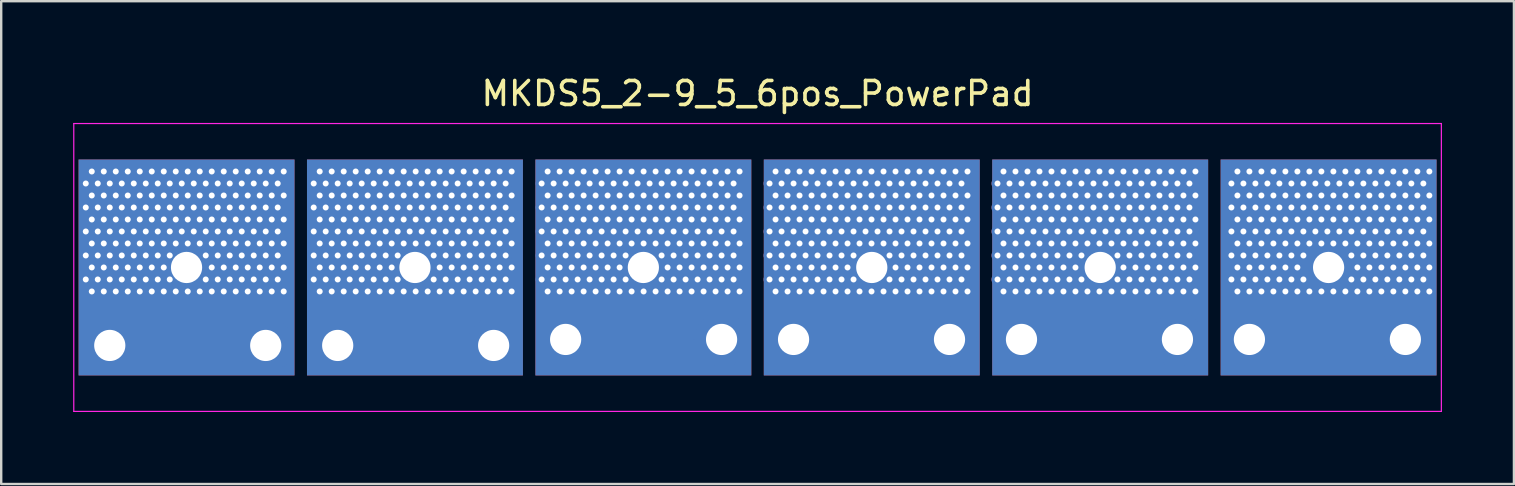
<source format=kicad_pcb>
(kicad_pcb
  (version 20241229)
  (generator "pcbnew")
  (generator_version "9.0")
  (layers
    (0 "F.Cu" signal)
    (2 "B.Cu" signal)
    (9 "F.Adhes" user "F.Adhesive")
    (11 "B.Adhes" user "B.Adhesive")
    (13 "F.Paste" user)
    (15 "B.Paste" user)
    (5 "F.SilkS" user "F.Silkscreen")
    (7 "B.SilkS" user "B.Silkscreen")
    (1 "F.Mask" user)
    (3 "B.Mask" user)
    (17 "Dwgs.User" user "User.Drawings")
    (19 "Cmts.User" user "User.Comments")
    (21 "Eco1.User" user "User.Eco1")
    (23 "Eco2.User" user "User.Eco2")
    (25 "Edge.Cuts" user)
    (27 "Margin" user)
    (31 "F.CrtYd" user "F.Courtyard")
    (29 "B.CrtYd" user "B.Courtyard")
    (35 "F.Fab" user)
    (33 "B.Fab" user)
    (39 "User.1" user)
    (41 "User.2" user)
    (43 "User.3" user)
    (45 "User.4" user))
  (footprint "MKDS5_2-9_5_6pos_PowerPad"
    (layer "F.Cu")
    (at 28.525 8.098)
    (property "Reference" "MKDS5_2-9_5_6pos_PowerPad" (at 0 -7.25 0) (layer "F.SilkS") (effects (font (size 1 1) (thickness 0.15))))
    (attr through_hole)
    (fp_line (start -28.5 -6) (end 28.5 -6) (stroke (width 0.05) (type solid)) (layer "F.CrtYd"))
    (fp_line (start -28.5 6) (end -28.5 -6) (stroke (width 0.05) (type solid)) (layer "F.CrtYd"))
    (fp_line (start 28.5 -6) (end 28.5 6) (stroke (width 0.05) (type solid)) (layer "F.CrtYd"))
    (fp_line (start 28.5 6) (end -28.5 6) (stroke (width 0.05) (type solid)) (layer "F.CrtYd"))
    (pad "1" thru_hole circle (at -28 -3.5) (size 0.5 0.5) (drill 0.25) (layers "*.Cu"))
    (pad "1" thru_hole circle (at -28 -2.5) (size 0.5 0.5) (drill 0.25) (layers "*.Cu"))
    (pad "1" thru_hole circle (at -28 -1.5) (size 0.5 0.5) (drill 0.25) (layers "*.Cu"))
    (pad "1" thru_hole circle (at -28 -0.5) (size 0.5 0.5) (drill 0.25) (layers "*.Cu"))
    (pad "1" thru_hole circle (at -28 0.5) (size 0.5 0.5) (drill 0.25) (layers "*.Cu"))
    (pad "1" thru_hole circle (at -27.75 -4) (size 0.5 0.5) (drill 0.25) (layers "*.Cu"))
    (pad "1" thru_hole circle (at -27.75 -3) (size 0.5 0.5) (drill 0.25) (layers "*.Cu"))
    (pad "1" thru_hole circle (at -27.75 -2) (size 0.5 0.5) (drill 0.25) (layers "*.Cu"))
    (pad "1" thru_hole circle (at -27.75 -1) (size 0.5 0.5) (drill 0.25) (layers "*.Cu"))
    (pad "1" thru_hole circle (at -27.75 0) (size 0.5 0.5) (drill 0.25) (layers "*.Cu"))
    (pad "1" thru_hole circle (at -27.75 1) (size 0.5 0.5) (drill 0.25) (layers "*.Cu"))
    (pad "1" thru_hole circle (at -27.5 -3.5) (size 0.5 0.5) (drill 0.25) (layers "*.Cu"))
    (pad "1" thru_hole circle (at -27.5 -2.5) (size 0.5 0.5) (drill 0.25) (layers "*.Cu"))
    (pad "1" thru_hole circle (at -27.5 -1.5) (size 0.5 0.5) (drill 0.25) (layers "*.Cu"))
    (pad "1" thru_hole circle (at -27.5 -0.5) (size 0.5 0.5) (drill 0.25) (layers "*.Cu"))
    (pad "1" thru_hole circle (at -27.5 0.5) (size 0.5 0.5) (drill 0.25) (layers "*.Cu"))
    (pad "1" thru_hole circle (at -27.25 -4) (size 0.5 0.5) (drill 0.25) (layers "*.Cu"))
    (pad "1" thru_hole circle (at -27.25 -3) (size 0.5 0.5) (drill 0.25) (layers "*.Cu"))
    (pad "1" thru_hole circle (at -27.25 -2) (size 0.5 0.5) (drill 0.25) (layers "*.Cu"))
    (pad "1" thru_hole circle (at -27.25 -1) (size 0.5 0.5) (drill 0.25) (layers "*.Cu"))
    (pad "1" thru_hole circle (at -27.25 0) (size 0.5 0.5) (drill 0.25) (layers "*.Cu"))
    (pad "1" thru_hole circle (at -27.25 1) (size 0.5 0.5) (drill 0.25) (layers "*.Cu"))
    (pad "1" thru_hole circle (at -27 -3.5) (size 0.5 0.5) (drill 0.25) (layers "*.Cu"))
    (pad "1" thru_hole circle (at -27 -2.5) (size 0.5 0.5) (drill 0.25) (layers "*.Cu"))
    (pad "1" thru_hole circle (at -27 -1.5) (size 0.5 0.5) (drill 0.25) (layers "*.Cu"))
    (pad "1" thru_hole circle (at -27 -0.5) (size 0.5 0.5) (drill 0.25) (layers "*.Cu"))
    (pad "1" thru_hole circle (at -27 0.5) (size 0.5 0.5) (drill 0.25) (layers "*.Cu"))
    (pad "1" thru_hole circle (at -27 3.25) (size 2.3 2.3) (drill 1.3) (layers "*.Cu"))
    (pad "1" thru_hole circle (at -26.75 -4) (size 0.5 0.5) (drill 0.25) (layers "*.Cu"))
    (pad "1" thru_hole circle (at -26.75 -3) (size 0.5 0.5) (drill 0.25) (layers "*.Cu"))
    (pad "1" thru_hole circle (at -26.75 -2) (size 0.5 0.5) (drill 0.25) (layers "*.Cu"))
    (pad "1" thru_hole circle (at -26.75 -1) (size 0.5 0.5) (drill 0.25) (layers "*.Cu"))
    (pad "1" thru_hole circle (at -26.75 0) (size 0.5 0.5) (drill 0.25) (layers "*.Cu"))
    (pad "1" thru_hole circle (at -26.75 1) (size 0.5 0.5) (drill 0.25) (layers "*.Cu"))
    (pad "1" thru_hole circle (at -26.5 -3.5) (size 0.5 0.5) (drill 0.25) (layers "*.Cu"))
    (pad "1" thru_hole circle (at -26.5 -2.5) (size 0.5 0.5) (drill 0.25) (layers "*.Cu"))
    (pad "1" thru_hole circle (at -26.5 -1.5) (size 0.5 0.5) (drill 0.25) (layers "*.Cu"))
    (pad "1" thru_hole circle (at -26.5 -0.5) (size 0.5 0.5) (drill 0.25) (layers "*.Cu"))
    (pad "1" thru_hole circle (at -26.5 0.5) (size 0.5 0.5) (drill 0.25) (layers "*.Cu"))
    (pad "1" thru_hole circle (at -26.25 -4) (size 0.5 0.5) (drill 0.25) (layers "*.Cu"))
    (pad "1" thru_hole circle (at -26.25 -3) (size 0.5 0.5) (drill 0.25) (layers "*.Cu"))
    (pad "1" thru_hole circle (at -26.25 -2) (size 0.5 0.5) (drill 0.25) (layers "*.Cu"))
    (pad "1" thru_hole circle (at -26.25 -1) (size 0.5 0.5) (drill 0.25) (layers "*.Cu"))
    (pad "1" thru_hole circle (at -26.25 0) (size 0.5 0.5) (drill 0.25) (layers "*.Cu"))
    (pad "1" thru_hole circle (at -26.25 1) (size 0.5 0.5) (drill 0.25) (layers "*.Cu"))
    (pad "1" thru_hole circle (at -26 -3.5) (size 0.5 0.5) (drill 0.25) (layers "*.Cu"))
    (pad "1" thru_hole circle (at -26 -2.5) (size 0.5 0.5) (drill 0.25) (layers "*.Cu"))
    (pad "1" thru_hole circle (at -26 -1.5) (size 0.5 0.5) (drill 0.25) (layers "*.Cu"))
    (pad "1" thru_hole circle (at -26 -0.5) (size 0.5 0.5) (drill 0.25) (layers "*.Cu"))
    (pad "1" thru_hole circle (at -26 0.5) (size 0.5 0.5) (drill 0.25) (layers "*.Cu"))
    (pad "1" thru_hole circle (at -25.75 -4) (size 0.5 0.5) (drill 0.25) (layers "*.Cu"))
    (pad "1" thru_hole circle (at -25.75 -3) (size 0.5 0.5) (drill 0.25) (layers "*.Cu"))
    (pad "1" thru_hole circle (at -25.75 -2) (size 0.5 0.5) (drill 0.25) (layers "*.Cu"))
    (pad "1" thru_hole circle (at -25.75 -1) (size 0.5 0.5) (drill 0.25) (layers "*.Cu"))
    (pad "1" thru_hole circle (at -25.75 0) (size 0.5 0.5) (drill 0.25) (layers "*.Cu"))
    (pad "1" thru_hole circle (at -25.75 1) (size 0.5 0.5) (drill 0.25) (layers "*.Cu"))
    (pad "1" thru_hole circle (at -25.5 -3.5) (size 0.5 0.5) (drill 0.25) (layers "*.Cu"))
    (pad "1" thru_hole circle (at -25.5 -2.5) (size 0.5 0.5) (drill 0.25) (layers "*.Cu"))
    (pad "1" thru_hole circle (at -25.5 -1.5) (size 0.5 0.5) (drill 0.25) (layers "*.Cu"))
    (pad "1" thru_hole circle (at -25.5 -0.5) (size 0.5 0.5) (drill 0.25) (layers "*.Cu"))
    (pad "1" thru_hole circle (at -25.5 0.5) (size 0.5 0.5) (drill 0.25) (layers "*.Cu"))
    (pad "1" thru_hole circle (at -25.25 -4) (size 0.5 0.5) (drill 0.25) (layers "*.Cu"))
    (pad "1" thru_hole circle (at -25.25 -3) (size 0.5 0.5) (drill 0.25) (layers "*.Cu"))
    (pad "1" thru_hole circle (at -25.25 -2) (size 0.5 0.5) (drill 0.25) (layers "*.Cu"))
    (pad "1" thru_hole circle (at -25.25 -1) (size 0.5 0.5) (drill 0.25) (layers "*.Cu"))
    (pad "1" thru_hole circle (at -25.25 0) (size 0.5 0.5) (drill 0.25) (layers "*.Cu"))
    (pad "1" thru_hole circle (at -25.25 1) (size 0.5 0.5) (drill 0.25) (layers "*.Cu"))
    (pad "1" thru_hole circle (at -25 -3.5) (size 0.5 0.5) (drill 0.25) (layers "*.Cu"))
    (pad "1" thru_hole circle (at -25 -2.5) (size 0.5 0.5) (drill 0.25) (layers "*.Cu"))
    (pad "1" thru_hole circle (at -25 -1.5) (size 0.5 0.5) (drill 0.25) (layers "*.Cu"))
    (pad "1" thru_hole circle (at -25 -0.5) (size 0.5 0.5) (drill 0.25) (layers "*.Cu"))
    (pad "1" thru_hole circle (at -25 0.5) (size 0.5 0.5) (drill 0.25) (layers "*.Cu"))
    (pad "1" thru_hole circle (at -24.75 -4) (size 0.5 0.5) (drill 0.25) (layers "*.Cu"))
    (pad "1" thru_hole circle (at -24.75 -3) (size 0.5 0.5) (drill 0.25) (layers "*.Cu"))
    (pad "1" thru_hole circle (at -24.75 -2) (size 0.5 0.5) (drill 0.25) (layers "*.Cu"))
    (pad "1" thru_hole circle (at -24.75 -1) (size 0.5 0.5) (drill 0.25) (layers "*.Cu"))
    (pad "1" thru_hole circle (at -24.75 0) (size 0.5 0.5) (drill 0.25) (layers "*.Cu"))
    (pad "1" thru_hole circle (at -24.75 1) (size 0.5 0.5) (drill 0.25) (layers "*.Cu"))
    (pad "1" thru_hole circle (at -24.5 -3.5) (size 0.5 0.5) (drill 0.25) (layers "*.Cu"))
    (pad "1" thru_hole circle (at -24.5 -2.5) (size 0.5 0.5) (drill 0.25) (layers "*.Cu"))
    (pad "1" thru_hole circle (at -24.5 -1.5) (size 0.5 0.5) (drill 0.25) (layers "*.Cu"))
    (pad "1" thru_hole circle (at -24.5 -0.5) (size 0.5 0.5) (drill 0.25) (layers "*.Cu"))
    (pad "1" thru_hole circle (at -24.5 0.5) (size 0.5 0.5) (drill 0.25) (layers "*.Cu"))
    (pad "1" thru_hole circle (at -24.25 -4) (size 0.5 0.5) (drill 0.25) (layers "*.Cu"))
    (pad "1" thru_hole circle (at -24.25 -3) (size 0.5 0.5) (drill 0.25) (layers "*.Cu"))
    (pad "1" thru_hole circle (at -24.25 -2) (size 0.5 0.5) (drill 0.25) (layers "*.Cu"))
    (pad "1" thru_hole circle (at -24.25 -1) (size 0.5 0.5) (drill 0.25) (layers "*.Cu"))
    (pad "1" thru_hole circle (at -24.25 1) (size 0.5 0.5) (drill 0.25) (layers "*.Cu"))
    (pad "1" thru_hole circle (at -24 -3.5) (size 0.5 0.5) (drill 0.25) (layers "*.Cu"))
    (pad "1" thru_hole circle (at -24 -2.5) (size 0.5 0.5) (drill 0.25) (layers "*.Cu"))
    (pad "1" thru_hole circle (at -24 -1.5) (size 0.5 0.5) (drill 0.25) (layers "*.Cu"))
    (pad "1" thru_hole circle (at -23.8 0) (size 2.3 2.3) (drill 1.3) (layers "*.Cu" "*.Mask"))
    (pad "1" smd rect (at -23.8 0) (size 9 9) (layers "F.Cu" "F.Mask"))
    (pad "1" smd rect (at -23.8 0) (size 9 9) (layers "B.Cu" "B.Mask"))
    (pad "1" thru_hole circle (at -23.75 -4) (size 0.5 0.5) (drill 0.25) (layers "*.Cu"))
    (pad "1" thru_hole circle (at -23.75 -3) (size 0.5 0.5) (drill 0.25) (layers "*.Cu"))
    (pad "1" thru_hole circle (at -23.75 -2) (size 0.5 0.5) (drill 0.25) (layers "*.Cu"))
    (pad "1" thru_hole circle (at -23.75 -1) (size 0.5 0.5) (drill 0.25) (layers "*.Cu"))
    (pad "1" thru_hole circle (at -23.75 1) (size 0.5 0.5) (drill 0.25) (layers "*.Cu"))
    (pad "1" thru_hole circle (at -23.5 -3.5) (size 0.5 0.5) (drill 0.25) (layers "*.Cu"))
    (pad "1" thru_hole circle (at -23.5 -2.5) (size 0.5 0.5) (drill 0.25) (layers "*.Cu"))
    (pad "1" thru_hole circle (at -23.5 -1.5) (size 0.5 0.5) (drill 0.25) (layers "*.Cu"))
    (pad "1" thru_hole circle (at -23.25 -4) (size 0.5 0.5) (drill 0.25) (layers "*.Cu"))
    (pad "1" thru_hole circle (at -23.25 -3) (size 0.5 0.5) (drill 0.25) (layers "*.Cu"))
    (pad "1" thru_hole circle (at -23.25 -2) (size 0.5 0.5) (drill 0.25) (layers "*.Cu"))
    (pad "1" thru_hole circle (at -23.25 -1) (size 0.5 0.5) (drill 0.25) (layers "*.Cu"))
    (pad "1" thru_hole circle (at -23.25 1) (size 0.5 0.5) (drill 0.25) (layers "*.Cu"))
    (pad "1" thru_hole circle (at -23 -3.5) (size 0.5 0.5) (drill 0.25) (layers "*.Cu"))
    (pad "1" thru_hole circle (at -23 -2.5) (size 0.5 0.5) (drill 0.25) (layers "*.Cu"))
    (pad "1" thru_hole circle (at -23 -1.5) (size 0.5 0.5) (drill 0.25) (layers "*.Cu"))
    (pad "1" thru_hole circle (at -23 -0.5) (size 0.5 0.5) (drill 0.25) (layers "*.Cu"))
    (pad "1" thru_hole circle (at -23 0.5) (size 0.5 0.5) (drill 0.25) (layers "*.Cu"))
    (pad "1" thru_hole circle (at -22.75 -4) (size 0.5 0.5) (drill 0.25) (layers "*.Cu"))
    (pad "1" thru_hole circle (at -22.75 -3) (size 0.5 0.5) (drill 0.25) (layers "*.Cu"))
    (pad "1" thru_hole circle (at -22.75 -2) (size 0.5 0.5) (drill 0.25) (layers "*.Cu"))
    (pad "1" thru_hole circle (at -22.75 -1) (size 0.5 0.5) (drill 0.25) (layers "*.Cu"))
    (pad "1" thru_hole circle (at -22.75 0) (size 0.5 0.5) (drill 0.25) (layers "*.Cu"))
    (pad "1" thru_hole circle (at -22.75 1) (size 0.5 0.5) (drill 0.25) (layers "*.Cu"))
    (pad "1" thru_hole circle (at -22.5 -3.5) (size 0.5 0.5) (drill 0.25) (layers "*.Cu"))
    (pad "1" thru_hole circle (at -22.5 -2.5) (size 0.5 0.5) (drill 0.25) (layers "*.Cu"))
    (pad "1" thru_hole circle (at -22.5 -1.5) (size 0.5 0.5) (drill 0.25) (layers "*.Cu"))
    (pad "1" thru_hole circle (at -22.5 -0.5) (size 0.5 0.5) (drill 0.25) (layers "*.Cu"))
    (pad "1" thru_hole circle (at -22.5 0.5) (size 0.5 0.5) (drill 0.25) (layers "*.Cu"))
    (pad "1" thru_hole circle (at -22.25 -4) (size 0.5 0.5) (drill 0.25) (layers "*.Cu"))
    (pad "1" thru_hole circle (at -22.25 -3) (size 0.5 0.5) (drill 0.25) (layers "*.Cu"))
    (pad "1" thru_hole circle (at -22.25 -2) (size 0.5 0.5) (drill 0.25) (layers "*.Cu"))
    (pad "1" thru_hole circle (at -22.25 -1) (size 0.5 0.5) (drill 0.25) (layers "*.Cu"))
    (pad "1" thru_hole circle (at -22.25 0) (size 0.5 0.5) (drill 0.25) (layers "*.Cu"))
    (pad "1" thru_hole circle (at -22.25 1) (size 0.5 0.5) (drill 0.25) (layers "*.Cu"))
    (pad "1" thru_hole circle (at -22 -3.5) (size 0.5 0.5) (drill 0.25) (layers "*.Cu"))
    (pad "1" thru_hole circle (at -22 -2.5) (size 0.5 0.5) (drill 0.25) (layers "*.Cu"))
    (pad "1" thru_hole circle (at -22 -1.5) (size 0.5 0.5) (drill 0.25) (layers "*.Cu"))
    (pad "1" thru_hole circle (at -22 -0.5) (size 0.5 0.5) (drill 0.25) (layers "*.Cu"))
    (pad "1" thru_hole circle (at -22 0.5) (size 0.5 0.5) (drill 0.25) (layers "*.Cu"))
    (pad "1" thru_hole circle (at -21.75 -4) (size 0.5 0.5) (drill 0.25) (layers "*.Cu"))
    (pad "1" thru_hole circle (at -21.75 -3) (size 0.5 0.5) (drill 0.25) (layers "*.Cu"))
    (pad "1" thru_hole circle (at -21.75 -2) (size 0.5 0.5) (drill 0.25) (layers "*.Cu"))
    (pad "1" thru_hole circle (at -21.75 -1) (size 0.5 0.5) (drill 0.25) (layers "*.Cu"))
    (pad "1" thru_hole circle (at -21.75 0) (size 0.5 0.5) (drill 0.25) (layers "*.Cu"))
    (pad "1" thru_hole circle (at -21.75 1) (size 0.5 0.5) (drill 0.25) (layers "*.Cu"))
    (pad "1" thru_hole circle (at -21.5 -3.5) (size 0.5 0.5) (drill 0.25) (layers "*.Cu"))
    (pad "1" thru_hole circle (at -21.5 -2.5) (size 0.5 0.5) (drill 0.25) (layers "*.Cu"))
    (pad "1" thru_hole circle (at -21.5 -1.5) (size 0.5 0.5) (drill 0.25) (layers "*.Cu"))
    (pad "1" thru_hole circle (at -21.5 -0.5) (size 0.5 0.5) (drill 0.25) (layers "*.Cu"))
    (pad "1" thru_hole circle (at -21.5 0.5) (size 0.5 0.5) (drill 0.25) (layers "*.Cu"))
    (pad "1" thru_hole circle (at -21.25 -4) (size 0.5 0.5) (drill 0.25) (layers "*.Cu"))
    (pad "1" thru_hole circle (at -21.25 -3) (size 0.5 0.5) (drill 0.25) (layers "*.Cu"))
    (pad "1" thru_hole circle (at -21.25 -2) (size 0.5 0.5) (drill 0.25) (layers "*.Cu"))
    (pad "1" thru_hole circle (at -21.25 -1) (size 0.5 0.5) (drill 0.25) (layers "*.Cu"))
    (pad "1" thru_hole circle (at -21.25 0) (size 0.5 0.5) (drill 0.25) (layers "*.Cu"))
    (pad "1" thru_hole circle (at -21.25 1) (size 0.5 0.5) (drill 0.25) (layers "*.Cu"))
    (pad "1" thru_hole circle (at -21 -3.5) (size 0.5 0.5) (drill 0.25) (layers "*.Cu"))
    (pad "1" thru_hole circle (at -21 -2.5) (size 0.5 0.5) (drill 0.25) (layers "*.Cu"))
    (pad "1" thru_hole circle (at -21 -1.5) (size 0.5 0.5) (drill 0.25) (layers "*.Cu"))
    (pad "1" thru_hole circle (at -21 -0.5) (size 0.5 0.5) (drill 0.25) (layers "*.Cu"))
    (pad "1" thru_hole circle (at -21 0.5) (size 0.5 0.5) (drill 0.25) (layers "*.Cu"))
    (pad "1" thru_hole circle (at -20.75 -4) (size 0.5 0.5) (drill 0.25) (layers "*.Cu"))
    (pad "1" thru_hole circle (at -20.75 -3) (size 0.5 0.5) (drill 0.25) (layers "*.Cu"))
    (pad "1" thru_hole circle (at -20.75 -2) (size 0.5 0.5) (drill 0.25) (layers "*.Cu"))
    (pad "1" thru_hole circle (at -20.75 -1) (size 0.5 0.5) (drill 0.25) (layers "*.Cu"))
    (pad "1" thru_hole circle (at -20.75 0) (size 0.5 0.5) (drill 0.25) (layers "*.Cu"))
    (pad "1" thru_hole circle (at -20.75 1) (size 0.5 0.5) (drill 0.25) (layers "*.Cu"))
    (pad "1" thru_hole circle (at -20.5 -3.5) (size 0.5 0.5) (drill 0.25) (layers "*.Cu"))
    (pad "1" thru_hole circle (at -20.5 -2.5) (size 0.5 0.5) (drill 0.25) (layers "*.Cu"))
    (pad "1" thru_hole circle (at -20.5 -1.5) (size 0.5 0.5) (drill 0.25) (layers "*.Cu"))
    (pad "1" thru_hole circle (at -20.5 -0.5) (size 0.5 0.5) (drill 0.25) (layers "*.Cu"))
    (pad "1" thru_hole circle (at -20.5 0.5) (size 0.5 0.5) (drill 0.25) (layers "*.Cu"))
    (pad "1" thru_hole circle (at -20.5 3.25) (size 2.3 2.3) (drill 1.3) (layers "*.Cu"))
    (pad "1" thru_hole circle (at -20.25 -4) (size 0.5 0.5) (drill 0.25) (layers "*.Cu"))
    (pad "1" thru_hole circle (at -20.25 -3) (size 0.5 0.5) (drill 0.25) (layers "*.Cu"))
    (pad "1" thru_hole circle (at -20.25 -2) (size 0.5 0.5) (drill 0.25) (layers "*.Cu"))
    (pad "1" thru_hole circle (at -20.25 -1) (size 0.5 0.5) (drill 0.25) (layers "*.Cu"))
    (pad "1" thru_hole circle (at -20.25 0) (size 0.5 0.5) (drill 0.25) (layers "*.Cu"))
    (pad "1" thru_hole circle (at -20.25 1) (size 0.5 0.5) (drill 0.25) (layers "*.Cu"))
    (pad "1" thru_hole circle (at -20 -3.5) (size 0.5 0.5) (drill 0.25) (layers "*.Cu"))
    (pad "1" thru_hole circle (at -20 -2.5) (size 0.5 0.5) (drill 0.25) (layers "*.Cu"))
    (pad "1" thru_hole circle (at -20 -1.5) (size 0.5 0.5) (drill 0.25) (layers "*.Cu"))
    (pad "1" thru_hole circle (at -20 -0.5) (size 0.5 0.5) (drill 0.25) (layers "*.Cu"))
    (pad "1" thru_hole circle (at -20 0.5) (size 0.5 0.5) (drill 0.25) (layers "*.Cu"))
    (pad "1" thru_hole circle (at -19.75 -4) (size 0.5 0.5) (drill 0.25) (layers "*.Cu"))
    (pad "1" thru_hole circle (at -19.75 -3) (size 0.5 0.5) (drill 0.25) (layers "*.Cu"))
    (pad "1" thru_hole circle (at -19.75 -2) (size 0.5 0.5) (drill 0.25) (layers "*.Cu"))
    (pad "1" thru_hole circle (at -19.75 -1) (size 0.5 0.5) (drill 0.25) (layers "*.Cu"))
    (pad "1" thru_hole circle (at -19.75 0) (size 0.5 0.5) (drill 0.25) (layers "*.Cu"))
    (pad "1" thru_hole circle (at -19.75 1) (size 0.5 0.5) (drill 0.25) (layers "*.Cu"))
    (pad "2" thru_hole circle (at -18.5 -3.5) (size 0.5 0.5) (drill 0.25) (layers "*.Cu"))
    (pad "2" thru_hole circle (at -18.5 -2.5) (size 0.5 0.5) (drill 0.25) (layers "*.Cu"))
    (pad "2" thru_hole circle (at -18.5 -1.5) (size 0.5 0.5) (drill 0.25) (layers "*.Cu"))
    (pad "2" thru_hole circle (at -18.5 -0.5) (size 0.5 0.5) (drill 0.25) (layers "*.Cu"))
    (pad "2" thru_hole circle (at -18.5 0.5) (size 0.5 0.5) (drill 0.25) (layers "*.Cu"))
    (pad "2" thru_hole circle (at -18.25 -4) (size 0.5 0.5) (drill 0.25) (layers "*.Cu"))
    (pad "2" thru_hole circle (at -18.25 -3) (size 0.5 0.5) (drill 0.25) (layers "*.Cu"))
    (pad "2" thru_hole circle (at -18.25 -2) (size 0.5 0.5) (drill 0.25) (layers "*.Cu"))
    (pad "2" thru_hole circle (at -18.25 -1) (size 0.5 0.5) (drill 0.25) (layers "*.Cu"))
    (pad "2" thru_hole circle (at -18.25 0) (size 0.5 0.5) (drill 0.25) (layers "*.Cu"))
    (pad "2" thru_hole circle (at -18.25 1) (size 0.5 0.5) (drill 0.25) (layers "*.Cu"))
    (pad "2" thru_hole circle (at -18 -3.5) (size 0.5 0.5) (drill 0.25) (layers "*.Cu"))
    (pad "2" thru_hole circle (at -18 -2.5) (size 0.5 0.5) (drill 0.25) (layers "*.Cu"))
    (pad "2" thru_hole circle (at -18 -1.5) (size 0.5 0.5) (drill 0.25) (layers "*.Cu"))
    (pad "2" thru_hole circle (at -18 -0.5) (size 0.5 0.5) (drill 0.25) (layers "*.Cu"))
    (pad "2" thru_hole circle (at -18 0.5) (size 0.5 0.5) (drill 0.25) (layers "*.Cu"))
    (pad "2" thru_hole circle (at -17.75 -4) (size 0.5 0.5) (drill 0.25) (layers "*.Cu"))
    (pad "2" thru_hole circle (at -17.75 -3) (size 0.5 0.5) (drill 0.25) (layers "*.Cu"))
    (pad "2" thru_hole circle (at -17.75 -2) (size 0.5 0.5) (drill 0.25) (layers "*.Cu"))
    (pad "2" thru_hole circle (at -17.75 -1) (size 0.5 0.5) (drill 0.25) (layers "*.Cu"))
    (pad "2" thru_hole circle (at -17.75 0) (size 0.5 0.5) (drill 0.25) (layers "*.Cu"))
    (pad "2" thru_hole circle (at -17.75 1) (size 0.5 0.5) (drill 0.25) (layers "*.Cu"))
    (pad "2" thru_hole circle (at -17.5 -3.5) (size 0.5 0.5) (drill 0.25) (layers "*.Cu"))
    (pad "2" thru_hole circle (at -17.5 -2.5) (size 0.5 0.5) (drill 0.25) (layers "*.Cu"))
    (pad "2" thru_hole circle (at -17.5 -1.5) (size 0.5 0.5) (drill 0.25) (layers "*.Cu"))
    (pad "2" thru_hole circle (at -17.5 -0.5) (size 0.5 0.5) (drill 0.25) (layers "*.Cu"))
    (pad "2" thru_hole circle (at -17.5 0.5) (size 0.5 0.5) (drill 0.25) (layers "*.Cu"))
    (pad "2" thru_hole circle (at -17.5 3.25) (size 2.3 2.3) (drill 1.3) (layers "*.Cu"))
    (pad "2" thru_hole circle (at -17.25 -4) (size 0.5 0.5) (drill 0.25) (layers "*.Cu"))
    (pad "2" thru_hole circle (at -17.25 -3) (size 0.5 0.5) (drill 0.25) (layers "*.Cu"))
    (pad "2" thru_hole circle (at -17.25 -2) (size 0.5 0.5) (drill 0.25) (layers "*.Cu"))
    (pad "2" thru_hole circle (at -17.25 -1) (size 0.5 0.5) (drill 0.25) (layers "*.Cu"))
    (pad "2" thru_hole circle (at -17.25 0) (size 0.5 0.5) (drill 0.25) (layers "*.Cu"))
    (pad "2" thru_hole circle (at -17.25 1) (size 0.5 0.5) (drill 0.25) (layers "*.Cu"))
    (pad "2" thru_hole circle (at -17 -3.5) (size 0.5 0.5) (drill 0.25) (layers "*.Cu"))
    (pad "2" thru_hole circle (at -17 -2.5) (size 0.5 0.5) (drill 0.25) (layers "*.Cu"))
    (pad "2" thru_hole circle (at -17 -1.5) (size 0.5 0.5) (drill 0.25) (layers "*.Cu"))
    (pad "2" thru_hole circle (at -17 -0.5) (size 0.5 0.5) (drill 0.25) (layers "*.Cu"))
    (pad "2" thru_hole circle (at -17 0.5) (size 0.5 0.5) (drill 0.25) (layers "*.Cu"))
    (pad "2" thru_hole circle (at -16.75 -4) (size 0.5 0.5) (drill 0.25) (layers "*.Cu"))
    (pad "2" thru_hole circle (at -16.75 -3) (size 0.5 0.5) (drill 0.25) (layers "*.Cu"))
    (pad "2" thru_hole circle (at -16.75 -2) (size 0.5 0.5) (drill 0.25) (layers "*.Cu"))
    (pad "2" thru_hole circle (at -16.75 -1) (size 0.5 0.5) (drill 0.25) (layers "*.Cu"))
    (pad "2" thru_hole circle (at -16.75 0) (size 0.5 0.5) (drill 0.25) (layers "*.Cu"))
    (pad "2" thru_hole circle (at -16.75 1) (size 0.5 0.5) (drill 0.25) (layers "*.Cu"))
    (pad "2" thru_hole circle (at -16.5 -3.5) (size 0.5 0.5) (drill 0.25) (layers "*.Cu"))
    (pad "2" thru_hole circle (at -16.5 -2.5) (size 0.5 0.5) (drill 0.25) (layers "*.Cu"))
    (pad "2" thru_hole circle (at -16.5 -1.5) (size 0.5 0.5) (drill 0.25) (layers "*.Cu"))
    (pad "2" thru_hole circle (at -16.5 -0.5) (size 0.5 0.5) (drill 0.25) (layers "*.Cu"))
    (pad "2" thru_hole circle (at -16.5 0.5) (size 0.5 0.5) (drill 0.25) (layers "*.Cu"))
    (pad "2" thru_hole circle (at -16.25 -4) (size 0.5 0.5) (drill 0.25) (layers "*.Cu"))
    (pad "2" thru_hole circle (at -16.25 -3) (size 0.5 0.5) (drill 0.25) (layers "*.Cu"))
    (pad "2" thru_hole circle (at -16.25 -2) (size 0.5 0.5) (drill 0.25) (layers "*.Cu"))
    (pad "2" thru_hole circle (at -16.25 -1) (size 0.5 0.5) (drill 0.25) (layers "*.Cu"))
    (pad "2" thru_hole circle (at -16.25 0) (size 0.5 0.5) (drill 0.25) (layers "*.Cu"))
    (pad "2" thru_hole circle (at -16.25 1) (size 0.5 0.5) (drill 0.25) (layers "*.Cu"))
    (pad "2" thru_hole circle (at -16 -3.5) (size 0.5 0.5) (drill 0.25) (layers "*.Cu"))
    (pad "2" thru_hole circle (at -16 -2.5) (size 0.5 0.5) (drill 0.25) (layers "*.Cu"))
    (pad "2" thru_hole circle (at -16 -1.5) (size 0.5 0.5) (drill 0.25) (layers "*.Cu"))
    (pad "2" thru_hole circle (at -16 -0.5) (size 0.5 0.5) (drill 0.25) (layers "*.Cu"))
    (pad "2" thru_hole circle (at -16 0.5) (size 0.5 0.5) (drill 0.25) (layers "*.Cu"))
    (pad "2" thru_hole circle (at -15.75 -4) (size 0.5 0.5) (drill 0.25) (layers "*.Cu"))
    (pad "2" thru_hole circle (at -15.75 -3) (size 0.5 0.5) (drill 0.25) (layers "*.Cu"))
    (pad "2" thru_hole circle (at -15.75 -2) (size 0.5 0.5) (drill 0.25) (layers "*.Cu"))
    (pad "2" thru_hole circle (at -15.75 -1) (size 0.5 0.5) (drill 0.25) (layers "*.Cu"))
    (pad "2" thru_hole circle (at -15.75 0) (size 0.5 0.5) (drill 0.25) (layers "*.Cu"))
    (pad "2" thru_hole circle (at -15.75 1) (size 0.5 0.5) (drill 0.25) (layers "*.Cu"))
    (pad "2" thru_hole circle (at -15.5 -3.5) (size 0.5 0.5) (drill 0.25) (layers "*.Cu"))
    (pad "2" thru_hole circle (at -15.5 -2.5) (size 0.5 0.5) (drill 0.25) (layers "*.Cu"))
    (pad "2" thru_hole circle (at -15.5 -1.5) (size 0.5 0.5) (drill 0.25) (layers "*.Cu"))
    (pad "2" thru_hole circle (at -15.5 -0.5) (size 0.5 0.5) (drill 0.25) (layers "*.Cu"))
    (pad "2" thru_hole circle (at -15.5 0.5) (size 0.5 0.5) (drill 0.25) (layers "*.Cu"))
    (pad "2" thru_hole circle (at -15.25 -4) (size 0.5 0.5) (drill 0.25) (layers "*.Cu"))
    (pad "2" thru_hole circle (at -15.25 -3) (size 0.5 0.5) (drill 0.25) (layers "*.Cu"))
    (pad "2" thru_hole circle (at -15.25 -2) (size 0.5 0.5) (drill 0.25) (layers "*.Cu"))
    (pad "2" thru_hole circle (at -15.25 -1) (size 0.5 0.5) (drill 0.25) (layers "*.Cu"))
    (pad "2" thru_hole circle (at -15.25 0) (size 0.5 0.5) (drill 0.25) (layers "*.Cu"))
    (pad "2" thru_hole circle (at -15.25 1) (size 0.5 0.5) (drill 0.25) (layers "*.Cu"))
    (pad "2" thru_hole circle (at -15 -3.5) (size 0.5 0.5) (drill 0.25) (layers "*.Cu"))
    (pad "2" thru_hole circle (at -15 -2.5) (size 0.5 0.5) (drill 0.25) (layers "*.Cu"))
    (pad "2" thru_hole circle (at -15 -1.5) (size 0.5 0.5) (drill 0.25) (layers "*.Cu"))
    (pad "2" thru_hole circle (at -15 -0.5) (size 0.5 0.5) (drill 0.25) (layers "*.Cu"))
    (pad "2" thru_hole circle (at -15 0.5) (size 0.5 0.5) (drill 0.25) (layers "*.Cu"))
    (pad "2" thru_hole circle (at -14.75 -4) (size 0.5 0.5) (drill 0.25) (layers "*.Cu"))
    (pad "2" thru_hole circle (at -14.75 -3) (size 0.5 0.5) (drill 0.25) (layers "*.Cu"))
    (pad "2" thru_hole circle (at -14.75 -2) (size 0.5 0.5) (drill 0.25) (layers "*.Cu"))
    (pad "2" thru_hole circle (at -14.75 -1) (size 0.5 0.5) (drill 0.25) (layers "*.Cu"))
    (pad "2" thru_hole circle (at -14.75 1) (size 0.5 0.5) (drill 0.25) (layers "*.Cu"))
    (pad "2" thru_hole circle (at -14.5 -3.5) (size 0.5 0.5) (drill 0.25) (layers "*.Cu"))
    (pad "2" thru_hole circle (at -14.5 -2.5) (size 0.5 0.5) (drill 0.25) (layers "*.Cu"))
    (pad "2" thru_hole circle (at -14.5 -1.5) (size 0.5 0.5) (drill 0.25) (layers "*.Cu"))
    (pad "2" thru_hole circle (at -14.28 0) (size 2.3 2.3) (drill 1.3) (layers "*.Cu"))
    (pad "2" smd rect (at -14.28 0) (size 9 9) (layers "F.Cu" "F.Mask"))
    (pad "2" smd rect (at -14.28 0) (size 9 9) (layers "B.Cu" "B.Mask"))
    (pad "2" thru_hole circle (at -14.25 -4) (size 0.5 0.5) (drill 0.25) (layers "*.Cu"))
    (pad "2" thru_hole circle (at -14.25 -3) (size 0.5 0.5) (drill 0.25) (layers "*.Cu"))
    (pad "2" thru_hole circle (at -14.25 -2) (size 0.5 0.5) (drill 0.25) (layers "*.Cu"))
    (pad "2" thru_hole circle (at -14.25 -1) (size 0.5 0.5) (drill 0.25) (layers "*.Cu"))
    (pad "2" thru_hole circle (at -14.25 1) (size 0.5 0.5) (drill 0.25) (layers "*.Cu"))
    (pad "2" thru_hole circle (at -14 -3.5) (size 0.5 0.5) (drill 0.25) (layers "*.Cu"))
    (pad "2" thru_hole circle (at -14 -2.5) (size 0.5 0.5) (drill 0.25) (layers "*.Cu"))
    (pad "2" thru_hole circle (at -14 -1.5) (size 0.5 0.5) (drill 0.25) (layers "*.Cu"))
    (pad "2" thru_hole circle (at -13.75 -4) (size 0.5 0.5) (drill 0.25) (layers "*.Cu"))
    (pad "2" thru_hole circle (at -13.75 -3) (size 0.5 0.5) (drill 0.25) (layers "*.Cu"))
    (pad "2" thru_hole circle (at -13.75 -2) (size 0.5 0.5) (drill 0.25) (layers "*.Cu"))
    (pad "2" thru_hole circle (at -13.75 -1) (size 0.5 0.5) (drill 0.25) (layers "*.Cu"))
    (pad "2" thru_hole circle (at -13.75 1) (size 0.5 0.5) (drill 0.25) (layers "*.Cu"))
    (pad "2" thru_hole circle (at -13.5 -3.5) (size 0.5 0.5) (drill 0.25) (layers "*.Cu"))
    (pad "2" thru_hole circle (at -13.5 -2.5) (size 0.5 0.5) (drill 0.25) (layers "*.Cu"))
    (pad "2" thru_hole circle (at -13.5 -1.5) (size 0.5 0.5) (drill 0.25) (layers "*.Cu"))
    (pad "2" thru_hole circle (at -13.5 -0.5) (size 0.5 0.5) (drill 0.25) (layers "*.Cu"))
    (pad "2" thru_hole circle (at -13.5 0.5) (size 0.5 0.5) (drill 0.25) (layers "*.Cu"))
    (pad "2" thru_hole circle (at -13.25 -4) (size 0.5 0.5) (drill 0.25) (layers "*.Cu"))
    (pad "2" thru_hole circle (at -13.25 -3) (size 0.5 0.5) (drill 0.25) (layers "*.Cu"))
    (pad "2" thru_hole circle (at -13.25 -2) (size 0.5 0.5) (drill 0.25) (layers "*.Cu"))
    (pad "2" thru_hole circle (at -13.25 -1) (size 0.5 0.5) (drill 0.25) (layers "*.Cu"))
    (pad "2" thru_hole circle (at -13.25 0) (size 0.5 0.5) (drill 0.25) (layers "*.Cu"))
    (pad "2" thru_hole circle (at -13.25 1) (size 0.5 0.5) (drill 0.25) (layers "*.Cu"))
    (pad "2" thru_hole circle (at -13 -3.5) (size 0.5 0.5) (drill 0.25) (layers "*.Cu"))
    (pad "2" thru_hole circle (at -13 -2.5) (size 0.5 0.5) (drill 0.25) (layers "*.Cu"))
    (pad "2" thru_hole circle (at -13 -1.5) (size 0.5 0.5) (drill 0.25) (layers "*.Cu"))
    (pad "2" thru_hole circle (at -13 -0.5) (size 0.5 0.5) (drill 0.25) (layers "*.Cu"))
    (pad "2" thru_hole circle (at -13 0.5) (size 0.5 0.5) (drill 0.25) (layers "*.Cu"))
    (pad "2" thru_hole circle (at -12.75 -4) (size 0.5 0.5) (drill 0.25) (layers "*.Cu"))
    (pad "2" thru_hole circle (at -12.75 -3) (size 0.5 0.5) (drill 0.25) (layers "*.Cu"))
    (pad "2" thru_hole circle (at -12.75 -2) (size 0.5 0.5) (drill 0.25) (layers "*.Cu"))
    (pad "2" thru_hole circle (at -12.75 -1) (size 0.5 0.5) (drill 0.25) (layers "*.Cu"))
    (pad "2" thru_hole circle (at -12.75 0) (size 0.5 0.5) (drill 0.25) (layers "*.Cu"))
    (pad "2" thru_hole circle (at -12.75 1) (size 0.5 0.5) (drill 0.25) (layers "*.Cu"))
    (pad "2" thru_hole circle (at -12.5 -3.5) (size 0.5 0.5) (drill 0.25) (layers "*.Cu"))
    (pad "2" thru_hole circle (at -12.5 -2.5) (size 0.5 0.5) (drill 0.25) (layers "*.Cu"))
    (pad "2" thru_hole circle (at -12.5 -1.5) (size 0.5 0.5) (drill 0.25) (layers "*.Cu"))
    (pad "2" thru_hole circle (at -12.5 -0.5) (size 0.5 0.5) (drill 0.25) (layers "*.Cu"))
    (pad "2" thru_hole circle (at -12.5 0.5) (size 0.5 0.5) (drill 0.25) (layers "*.Cu"))
    (pad "2" thru_hole circle (at -12.25 -4) (size 0.5 0.5) (drill 0.25) (layers "*.Cu"))
    (pad "2" thru_hole circle (at -12.25 -3) (size 0.5 0.5) (drill 0.25) (layers "*.Cu"))
    (pad "2" thru_hole circle (at -12.25 -2) (size 0.5 0.5) (drill 0.25) (layers "*.Cu"))
    (pad "2" thru_hole circle (at -12.25 -1) (size 0.5 0.5) (drill 0.25) (layers "*.Cu"))
    (pad "2" thru_hole circle (at -12.25 0) (size 0.5 0.5) (drill 0.25) (layers "*.Cu"))
    (pad "2" thru_hole circle (at -12.25 1) (size 0.5 0.5) (drill 0.25) (layers "*.Cu"))
    (pad "2" thru_hole circle (at -12 -3.5) (size 0.5 0.5) (drill 0.25) (layers "*.Cu"))
    (pad "2" thru_hole circle (at -12 -2.5) (size 0.5 0.5) (drill 0.25) (layers "*.Cu"))
    (pad "2" thru_hole circle (at -12 -1.5) (size 0.5 0.5) (drill 0.25) (layers "*.Cu"))
    (pad "2" thru_hole circle (at -12 -0.5) (size 0.5 0.5) (drill 0.25) (layers "*.Cu"))
    (pad "2" thru_hole circle (at -12 0.5) (size 0.5 0.5) (drill 0.25) (layers "*.Cu"))
    (pad "2" thru_hole circle (at -11.75 -4) (size 0.5 0.5) (drill 0.25) (layers "*.Cu"))
    (pad "2" thru_hole circle (at -11.75 -3) (size 0.5 0.5) (drill 0.25) (layers "*.Cu"))
    (pad "2" thru_hole circle (at -11.75 -2) (size 0.5 0.5) (drill 0.25) (layers "*.Cu"))
    (pad "2" thru_hole circle (at -11.75 -1) (size 0.5 0.5) (drill 0.25) (layers "*.Cu"))
    (pad "2" thru_hole circle (at -11.75 0) (size 0.5 0.5) (drill 0.25) (layers "*.Cu"))
    (pad "2" thru_hole circle (at -11.75 1) (size 0.5 0.5) (drill 0.25) (layers "*.Cu"))
    (pad "2" thru_hole circle (at -11.5 -3.5) (size 0.5 0.5) (drill 0.25) (layers "*.Cu"))
    (pad "2" thru_hole circle (at -11.5 -2.5) (size 0.5 0.5) (drill 0.25) (layers "*.Cu"))
    (pad "2" thru_hole circle (at -11.5 -1.5) (size 0.5 0.5) (drill 0.25) (layers "*.Cu"))
    (pad "2" thru_hole circle (at -11.5 -0.5) (size 0.5 0.5) (drill 0.25) (layers "*.Cu"))
    (pad "2" thru_hole circle (at -11.5 0.5) (size 0.5 0.5) (drill 0.25) (layers "*.Cu"))
    (pad "2" thru_hole circle (at -11.25 -4) (size 0.5 0.5) (drill 0.25) (layers "*.Cu"))
    (pad "2" thru_hole circle (at -11.25 -3) (size 0.5 0.5) (drill 0.25) (layers "*.Cu"))
    (pad "2" thru_hole circle (at -11.25 -2) (size 0.5 0.5) (drill 0.25) (layers "*.Cu"))
    (pad "2" thru_hole circle (at -11.25 -1) (size 0.5 0.5) (drill 0.25) (layers "*.Cu"))
    (pad "2" thru_hole circle (at -11.25 0) (size 0.5 0.5) (drill 0.25) (layers "*.Cu"))
    (pad "2" thru_hole circle (at -11.25 1) (size 0.5 0.5) (drill 0.25) (layers "*.Cu"))
    (pad "2" thru_hole circle (at -11 -3.5) (size 0.5 0.5) (drill 0.25) (layers "*.Cu"))
    (pad "2" thru_hole circle (at -11 -2.5) (size 0.5 0.5) (drill 0.25) (layers "*.Cu"))
    (pad "2" thru_hole circle (at -11 -1.5) (size 0.5 0.5) (drill 0.25) (layers "*.Cu"))
    (pad "2" thru_hole circle (at -11 -0.5) (size 0.5 0.5) (drill 0.25) (layers "*.Cu"))
    (pad "2" thru_hole circle (at -11 0.5) (size 0.5 0.5) (drill 0.25) (layers "*.Cu"))
    (pad "2" thru_hole circle (at -11 3.25) (size 2.3 2.3) (drill 1.3) (layers "*.Cu"))
    (pad "2" thru_hole circle (at -10.75 -4) (size 0.5 0.5) (drill 0.25) (layers "*.Cu"))
    (pad "2" thru_hole circle (at -10.75 -3) (size 0.5 0.5) (drill 0.25) (layers "*.Cu"))
    (pad "2" thru_hole circle (at -10.75 -2) (size 0.5 0.5) (drill 0.25) (layers "*.Cu"))
    (pad "2" thru_hole circle (at -10.75 -1) (size 0.5 0.5) (drill 0.25) (layers "*.Cu"))
    (pad "2" thru_hole circle (at -10.75 0) (size 0.5 0.5) (drill 0.25) (layers "*.Cu"))
    (pad "2" thru_hole circle (at -10.75 1) (size 0.5 0.5) (drill 0.25) (layers "*.Cu"))
    (pad "2" thru_hole circle (at -10.5 -3.5) (size 0.5 0.5) (drill 0.25) (layers "*.Cu"))
    (pad "2" thru_hole circle (at -10.5 -2.5) (size 0.5 0.5) (drill 0.25) (layers "*.Cu"))
    (pad "2" thru_hole circle (at -10.5 -1.5) (size 0.5 0.5) (drill 0.25) (layers "*.Cu"))
    (pad "2" thru_hole circle (at -10.5 -0.5) (size 0.5 0.5) (drill 0.25) (layers "*.Cu"))
    (pad "2" thru_hole circle (at -10.5 0.5) (size 0.5 0.5) (drill 0.25) (layers "*.Cu"))
    (pad "2" thru_hole circle (at -10.25 -4) (size 0.5 0.5) (drill 0.25) (layers "*.Cu"))
    (pad "2" thru_hole circle (at -10.25 -3) (size 0.5 0.5) (drill 0.25) (layers "*.Cu"))
    (pad "2" thru_hole circle (at -10.25 -2) (size 0.5 0.5) (drill 0.25) (layers "*.Cu"))
    (pad "2" thru_hole circle (at -10.25 -1) (size 0.5 0.5) (drill 0.25) (layers "*.Cu"))
    (pad "2" thru_hole circle (at -10.25 0) (size 0.5 0.5) (drill 0.25) (layers "*.Cu"))
    (pad "2" thru_hole circle (at -10.25 1) (size 0.5 0.5) (drill 0.25) (layers "*.Cu"))
    (pad "3" thru_hole circle (at -9 -3.5) (size 0.5 0.5) (drill 0.25) (layers "*.Cu"))
    (pad "3" thru_hole circle (at -9 -2.5) (size 0.5 0.5) (drill 0.25) (layers "*.Cu"))
    (pad "3" thru_hole circle (at -9 -1.5) (size 0.5 0.5) (drill 0.25) (layers "*.Cu"))
    (pad "3" thru_hole circle (at -9 -0.5) (size 0.5 0.5) (drill 0.25) (layers "*.Cu"))
    (pad "3" thru_hole circle (at -9 0.5) (size 0.5 0.5) (drill 0.25) (layers "*.Cu"))
    (pad "3" thru_hole circle (at -8.75 -4) (size 0.5 0.5) (drill 0.25) (layers "*.Cu"))
    (pad "3" thru_hole circle (at -8.75 -3) (size 0.5 0.5) (drill 0.25) (layers "*.Cu"))
    (pad "3" thru_hole circle (at -8.75 -2) (size 0.5 0.5) (drill 0.25) (layers "*.Cu"))
    (pad "3" thru_hole circle (at -8.75 -1) (size 0.5 0.5) (drill 0.25) (layers "*.Cu"))
    (pad "3" thru_hole circle (at -8.75 0) (size 0.5 0.5) (drill 0.25) (layers "*.Cu"))
    (pad "3" thru_hole circle (at -8.75 1) (size 0.5 0.5) (drill 0.25) (layers "*.Cu"))
    (pad "3" thru_hole circle (at -8.5 -3.5) (size 0.5 0.5) (drill 0.25) (layers "*.Cu"))
    (pad "3" thru_hole circle (at -8.5 -2.5) (size 0.5 0.5) (drill 0.25) (layers "*.Cu"))
    (pad "3" thru_hole circle (at -8.5 -1.5) (size 0.5 0.5) (drill 0.25) (layers "*.Cu"))
    (pad "3" thru_hole circle (at -8.5 -0.5) (size 0.5 0.5) (drill 0.25) (layers "*.Cu"))
    (pad "3" thru_hole circle (at -8.5 0.5) (size 0.5 0.5) (drill 0.25) (layers "*.Cu"))
    (pad "3" thru_hole circle (at -8.25 -4) (size 0.5 0.5) (drill 0.25) (layers "*.Cu"))
    (pad "3" thru_hole circle (at -8.25 -3) (size 0.5 0.5) (drill 0.25) (layers "*.Cu"))
    (pad "3" thru_hole circle (at -8.25 -2) (size 0.5 0.5) (drill 0.25) (layers "*.Cu"))
    (pad "3" thru_hole circle (at -8.25 -1) (size 0.5 0.5) (drill 0.25) (layers "*.Cu"))
    (pad "3" thru_hole circle (at -8.25 0) (size 0.5 0.5) (drill 0.25) (layers "*.Cu"))
    (pad "3" thru_hole circle (at -8.25 1) (size 0.5 0.5) (drill 0.25) (layers "*.Cu"))
    (pad "3" thru_hole circle (at -8 -3.5) (size 0.5 0.5) (drill 0.25) (layers "*.Cu"))
    (pad "3" thru_hole circle (at -8 -2.5) (size 0.5 0.5) (drill 0.25) (layers "*.Cu"))
    (pad "3" thru_hole circle (at -8 -1.5) (size 0.5 0.5) (drill 0.25) (layers "*.Cu"))
    (pad "3" thru_hole circle (at -8 -0.5) (size 0.5 0.5) (drill 0.25) (layers "*.Cu"))
    (pad "3" thru_hole circle (at -8 0.5) (size 0.5 0.5) (drill 0.25) (layers "*.Cu"))
    (pad "3" thru_hole circle (at -8 3) (size 2.3 2.3) (drill 1.3) (layers "*.Cu"))
    (pad "3" thru_hole circle (at -7.75 -4) (size 0.5 0.5) (drill 0.25) (layers "*.Cu"))
    (pad "3" thru_hole circle (at -7.75 -3) (size 0.5 0.5) (drill 0.25) (layers "*.Cu"))
    (pad "3" thru_hole circle (at -7.75 -2) (size 0.5 0.5) (drill 0.25) (layers "*.Cu"))
    (pad "3" thru_hole circle (at -7.75 -1) (size 0.5 0.5) (drill 0.25) (layers "*.Cu"))
    (pad "3" thru_hole circle (at -7.75 0) (size 0.5 0.5) (drill 0.25) (layers "*.Cu"))
    (pad "3" thru_hole circle (at -7.75 1) (size 0.5 0.5) (drill 0.25) (layers "*.Cu"))
    (pad "3" thru_hole circle (at -7.5 -3.5) (size 0.5 0.5) (drill 0.25) (layers "*.Cu"))
    (pad "3" thru_hole circle (at -7.5 -2.5) (size 0.5 0.5) (drill 0.25) (layers "*.Cu"))
    (pad "3" thru_hole circle (at -7.5 -1.5) (size 0.5 0.5) (drill 0.25) (layers "*.Cu"))
    (pad "3" thru_hole circle (at -7.5 -0.5) (size 0.5 0.5) (drill 0.25) (layers "*.Cu"))
    (pad "3" thru_hole circle (at -7.5 0.5) (size 0.5 0.5) (drill 0.25) (layers "*.Cu"))
    (pad "3" thru_hole circle (at -7.25 -4) (size 0.5 0.5) (drill 0.25) (layers "*.Cu"))
    (pad "3" thru_hole circle (at -7.25 -3) (size 0.5 0.5) (drill 0.25) (layers "*.Cu"))
    (pad "3" thru_hole circle (at -7.25 -2) (size 0.5 0.5) (drill 0.25) (layers "*.Cu"))
    (pad "3" thru_hole circle (at -7.25 -1) (size 0.5 0.5) (drill 0.25) (layers "*.Cu"))
    (pad "3" thru_hole circle (at -7.25 0) (size 0.5 0.5) (drill 0.25) (layers "*.Cu"))
    (pad "3" thru_hole circle (at -7.25 1) (size 0.5 0.5) (drill 0.25) (layers "*.Cu"))
    (pad "3" thru_hole circle (at -7 -3.5) (size 0.5 0.5) (drill 0.25) (layers "*.Cu"))
    (pad "3" thru_hole circle (at -7 -2.5) (size 0.5 0.5) (drill 0.25) (layers "*.Cu"))
    (pad "3" thru_hole circle (at -7 -1.5) (size 0.5 0.5) (drill 0.25) (layers "*.Cu"))
    (pad "3" thru_hole circle (at -7 -0.5) (size 0.5 0.5) (drill 0.25) (layers "*.Cu"))
    (pad "3" thru_hole circle (at -7 0.5) (size 0.5 0.5) (drill 0.25) (layers "*.Cu"))
    (pad "3" thru_hole circle (at -6.75 -4) (size 0.5 0.5) (drill 0.25) (layers "*.Cu"))
    (pad "3" thru_hole circle (at -6.75 -3) (size 0.5 0.5) (drill 0.25) (layers "*.Cu"))
    (pad "3" thru_hole circle (at -6.75 -2) (size 0.5 0.5) (drill 0.25) (layers "*.Cu"))
    (pad "3" thru_hole circle (at -6.75 -1) (size 0.5 0.5) (drill 0.25) (layers "*.Cu"))
    (pad "3" thru_hole circle (at -6.75 0) (size 0.5 0.5) (drill 0.25) (layers "*.Cu"))
    (pad "3" thru_hole circle (at -6.75 1) (size 0.5 0.5) (drill 0.25) (layers "*.Cu"))
    (pad "3" thru_hole circle (at -6.5 -3.5) (size 0.5 0.5) (drill 0.25) (layers "*.Cu"))
    (pad "3" thru_hole circle (at -6.5 -2.5) (size 0.5 0.5) (drill 0.25) (layers "*.Cu"))
    (pad "3" thru_hole circle (at -6.5 -1.5) (size 0.5 0.5) (drill 0.25) (layers "*.Cu"))
    (pad "3" thru_hole circle (at -6.5 -0.5) (size 0.5 0.5) (drill 0.25) (layers "*.Cu"))
    (pad "3" thru_hole circle (at -6.5 0.5) (size 0.5 0.5) (drill 0.25) (layers "*.Cu"))
    (pad "3" thru_hole circle (at -6.25 -4) (size 0.5 0.5) (drill 0.25) (layers "*.Cu"))
    (pad "3" thru_hole circle (at -6.25 -3) (size 0.5 0.5) (drill 0.25) (layers "*.Cu"))
    (pad "3" thru_hole circle (at -6.25 -2) (size 0.5 0.5) (drill 0.25) (layers "*.Cu"))
    (pad "3" thru_hole circle (at -6.25 -1) (size 0.5 0.5) (drill 0.25) (layers "*.Cu"))
    (pad "3" thru_hole circle (at -6.25 0) (size 0.5 0.5) (drill 0.25) (layers "*.Cu"))
    (pad "3" thru_hole circle (at -6.25 1) (size 0.5 0.5) (drill 0.25) (layers "*.Cu"))
    (pad "3" thru_hole circle (at -6 -3.5) (size 0.5 0.5) (drill 0.25) (layers "*.Cu"))
    (pad "3" thru_hole circle (at -6 -2.5) (size 0.5 0.5) (drill 0.25) (layers "*.Cu"))
    (pad "3" thru_hole circle (at -6 -1.5) (size 0.5 0.5) (drill 0.25) (layers "*.Cu"))
    (pad "3" thru_hole circle (at -6 -0.5) (size 0.5 0.5) (drill 0.25) (layers "*.Cu"))
    (pad "3" thru_hole circle (at -6 0.5) (size 0.5 0.5) (drill 0.25) (layers "*.Cu"))
    (pad "3" thru_hole circle (at -5.75 -4) (size 0.5 0.5) (drill 0.25) (layers "*.Cu"))
    (pad "3" thru_hole circle (at -5.75 -3) (size 0.5 0.5) (drill 0.25) (layers "*.Cu"))
    (pad "3" thru_hole circle (at -5.75 -2) (size 0.5 0.5) (drill 0.25) (layers "*.Cu"))
    (pad "3" thru_hole circle (at -5.75 -1) (size 0.5 0.5) (drill 0.25) (layers "*.Cu"))
    (pad "3" thru_hole circle (at -5.75 0) (size 0.5 0.5) (drill 0.25) (layers "*.Cu"))
    (pad "3" thru_hole circle (at -5.75 1) (size 0.5 0.5) (drill 0.25) (layers "*.Cu"))
    (pad "3" thru_hole circle (at -5.5 -3.5) (size 0.5 0.5) (drill 0.25) (layers "*.Cu"))
    (pad "3" thru_hole circle (at -5.5 -2.5) (size 0.5 0.5) (drill 0.25) (layers "*.Cu"))
    (pad "3" thru_hole circle (at -5.5 -1.5) (size 0.5 0.5) (drill 0.25) (layers "*.Cu"))
    (pad "3" thru_hole circle (at -5.5 -0.5) (size 0.5 0.5) (drill 0.25) (layers "*.Cu"))
    (pad "3" thru_hole circle (at -5.5 0.5) (size 0.5 0.5) (drill 0.25) (layers "*.Cu"))
    (pad "3" thru_hole circle (at -5.25 -4) (size 0.5 0.5) (drill 0.25) (layers "*.Cu"))
    (pad "3" thru_hole circle (at -5.25 -3) (size 0.5 0.5) (drill 0.25) (layers "*.Cu"))
    (pad "3" thru_hole circle (at -5.25 -2) (size 0.5 0.5) (drill 0.25) (layers "*.Cu"))
    (pad "3" thru_hole circle (at -5.25 -1) (size 0.5 0.5) (drill 0.25) (layers "*.Cu"))
    (pad "3" thru_hole circle (at -5.25 1) (size 0.5 0.5) (drill 0.25) (layers "*.Cu"))
    (pad "3" thru_hole circle (at -5 -3.5) (size 0.5 0.5) (drill 0.25) (layers "*.Cu"))
    (pad "3" thru_hole circle (at -5 -2.5) (size 0.5 0.5) (drill 0.25) (layers "*.Cu"))
    (pad "3" thru_hole circle (at -5 -1.5) (size 0.5 0.5) (drill 0.25) (layers "*.Cu"))
    (pad "3" thru_hole circle (at -4.76 0) (size 2.3 2.3) (drill 1.3) (layers "*.Cu" "*.Mask"))
    (pad "3" smd rect (at -4.76 0) (size 9 9) (layers "F.Cu" "F.Mask"))
    (pad "3" smd rect (at -4.76 0) (size 9 9) (layers "B.Cu" "B.Mask"))
    (pad "3" thru_hole circle (at -4.75 -4) (size 0.5 0.5) (drill 0.25) (layers "*.Cu"))
    (pad "3" thru_hole circle (at -4.75 -3) (size 0.5 0.5) (drill 0.25) (layers "*.Cu"))
    (pad "3" thru_hole circle (at -4.75 -2) (size 0.5 0.5) (drill 0.25) (layers "*.Cu"))
    (pad "3" thru_hole circle (at -4.75 -1) (size 0.5 0.5) (drill 0.25) (layers "*.Cu"))
    (pad "3" thru_hole circle (at -4.75 1) (size 0.5 0.5) (drill 0.25) (layers "*.Cu"))
    (pad "3" thru_hole circle (at -4.5 -3.5) (size 0.5 0.5) (drill 0.25) (layers "*.Cu"))
    (pad "3" thru_hole circle (at -4.5 -2.5) (size 0.5 0.5) (drill 0.25) (layers "*.Cu"))
    (pad "3" thru_hole circle (at -4.5 -1.5) (size 0.5 0.5) (drill 0.25) (layers "*.Cu"))
    (pad "3" thru_hole circle (at -4.25 -4) (size 0.5 0.5) (drill 0.25) (layers "*.Cu"))
    (pad "3" thru_hole circle (at -4.25 -3) (size 0.5 0.5) (drill 0.25) (layers "*.Cu"))
    (pad "3" thru_hole circle (at -4.25 -2) (size 0.5 0.5) (drill 0.25) (layers "*.Cu"))
    (pad "3" thru_hole circle (at -4.25 -1) (size 0.5 0.5) (drill 0.25) (layers "*.Cu"))
    (pad "3" thru_hole circle (at -4.25 1) (size 0.5 0.5) (drill 0.25) (layers "*.Cu"))
    (pad "3" thru_hole circle (at -4 -3.5) (size 0.5 0.5) (drill 0.25) (layers "*.Cu"))
    (pad "3" thru_hole circle (at -4 -2.5) (size 0.5 0.5) (drill 0.25) (layers "*.Cu"))
    (pad "3" thru_hole circle (at -4 -1.5) (size 0.5 0.5) (drill 0.25) (layers "*.Cu"))
    (pad "3" thru_hole circle (at -4 -0.5) (size 0.5 0.5) (drill 0.25) (layers "*.Cu"))
    (pad "3" thru_hole circle (at -4 0.5) (size 0.5 0.5) (drill 0.25) (layers "*.Cu"))
    (pad "3" thru_hole circle (at -3.75 -4) (size 0.5 0.5) (drill 0.25) (layers "*.Cu"))
    (pad "3" thru_hole circle (at -3.75 -3) (size 0.5 0.5) (drill 0.25) (layers "*.Cu"))
    (pad "3" thru_hole circle (at -3.75 -2) (size 0.5 0.5) (drill 0.25) (layers "*.Cu"))
    (pad "3" thru_hole circle (at -3.75 -1) (size 0.5 0.5) (drill 0.25) (layers "*.Cu"))
    (pad "3" thru_hole circle (at -3.75 0) (size 0.5 0.5) (drill 0.25) (layers "*.Cu"))
    (pad "3" thru_hole circle (at -3.75 1) (size 0.5 0.5) (drill 0.25) (layers "*.Cu"))
    (pad "3" thru_hole circle (at -3.5 -3.5) (size 0.5 0.5) (drill 0.25) (layers "*.Cu"))
    (pad "3" thru_hole circle (at -3.5 -2.5) (size 0.5 0.5) (drill 0.25) (layers "*.Cu"))
    (pad "3" thru_hole circle (at -3.5 -1.5) (size 0.5 0.5) (drill 0.25) (layers "*.Cu"))
    (pad "3" thru_hole circle (at -3.5 -0.5) (size 0.5 0.5) (drill 0.25) (layers "*.Cu"))
    (pad "3" thru_hole circle (at -3.5 0.5) (size 0.5 0.5) (drill 0.25) (layers "*.Cu"))
    (pad "3" thru_hole circle (at -3.25 -4) (size 0.5 0.5) (drill 0.25) (layers "*.Cu"))
    (pad "3" thru_hole circle (at -3.25 -3) (size 0.5 0.5) (drill 0.25) (layers "*.Cu"))
    (pad "3" thru_hole circle (at -3.25 -2) (size 0.5 0.5) (drill 0.25) (layers "*.Cu"))
    (pad "3" thru_hole circle (at -3.25 -1) (size 0.5 0.5) (drill 0.25) (layers "*.Cu"))
    (pad "3" thru_hole circle (at -3.25 0) (size 0.5 0.5) (drill 0.25) (layers "*.Cu"))
    (pad "3" thru_hole circle (at -3.25 1) (size 0.5 0.5) (drill 0.25) (layers "*.Cu"))
    (pad "3" thru_hole circle (at -3 -3.5) (size 0.5 0.5) (drill 0.25) (layers "*.Cu"))
    (pad "3" thru_hole circle (at -3 -2.5) (size 0.5 0.5) (drill 0.25) (layers "*.Cu"))
    (pad "3" thru_hole circle (at -3 -1.5) (size 0.5 0.5) (drill 0.25) (layers "*.Cu"))
    (pad "3" thru_hole circle (at -3 -0.5) (size 0.5 0.5) (drill 0.25) (layers "*.Cu"))
    (pad "3" thru_hole circle (at -3 0.5) (size 0.5 0.5) (drill 0.25) (layers "*.Cu"))
    (pad "3" thru_hole circle (at -2.75 -4) (size 0.5 0.5) (drill 0.25) (layers "*.Cu"))
    (pad "3" thru_hole circle (at -2.75 -3) (size 0.5 0.5) (drill 0.25) (layers "*.Cu"))
    (pad "3" thru_hole circle (at -2.75 -2) (size 0.5 0.5) (drill 0.25) (layers "*.Cu"))
    (pad "3" thru_hole circle (at -2.75 -1) (size 0.5 0.5) (drill 0.25) (layers "*.Cu"))
    (pad "3" thru_hole circle (at -2.75 0) (size 0.5 0.5) (drill 0.25) (layers "*.Cu"))
    (pad "3" thru_hole circle (at -2.75 1) (size 0.5 0.5) (drill 0.25) (layers "*.Cu"))
    (pad "3" thru_hole circle (at -2.5 -3.5) (size 0.5 0.5) (drill 0.25) (layers "*.Cu"))
    (pad "3" thru_hole circle (at -2.5 -2.5) (size 0.5 0.5) (drill 0.25) (layers "*.Cu"))
    (pad "3" thru_hole circle (at -2.5 -1.5) (size 0.5 0.5) (drill 0.25) (layers "*.Cu"))
    (pad "3" thru_hole circle (at -2.5 -0.5) (size 0.5 0.5) (drill 0.25) (layers "*.Cu"))
    (pad "3" thru_hole circle (at -2.5 0.5) (size 0.5 0.5) (drill 0.25) (layers "*.Cu"))
    (pad "3" thru_hole circle (at -2.25 -4) (size 0.5 0.5) (drill 0.25) (layers "*.Cu"))
    (pad "3" thru_hole circle (at -2.25 -3) (size 0.5 0.5) (drill 0.25) (layers "*.Cu"))
    (pad "3" thru_hole circle (at -2.25 -2) (size 0.5 0.5) (drill 0.25) (layers "*.Cu"))
    (pad "3" thru_hole circle (at -2.25 -1) (size 0.5 0.5) (drill 0.25) (layers "*.Cu"))
    (pad "3" thru_hole circle (at -2.25 0) (size 0.5 0.5) (drill 0.25) (layers "*.Cu"))
    (pad "3" thru_hole circle (at -2.25 1) (size 0.5 0.5) (drill 0.25) (layers "*.Cu"))
    (pad "3" thru_hole circle (at -2 -3.5) (size 0.5 0.5) (drill 0.25) (layers "*.Cu"))
    (pad "3" thru_hole circle (at -2 -2.5) (size 0.5 0.5) (drill 0.25) (layers "*.Cu"))
    (pad "3" thru_hole circle (at -2 -1.5) (size 0.5 0.5) (drill 0.25) (layers "*.Cu"))
    (pad "3" thru_hole circle (at -2 -0.5) (size 0.5 0.5) (drill 0.25) (layers "*.Cu"))
    (pad "3" thru_hole circle (at -2 0.5) (size 0.5 0.5) (drill 0.25) (layers "*.Cu"))
    (pad "3" thru_hole circle (at -1.75 -4) (size 0.5 0.5) (drill 0.25) (layers "*.Cu"))
    (pad "3" thru_hole circle (at -1.75 -3) (size 0.5 0.5) (drill 0.25) (layers "*.Cu"))
    (pad "3" thru_hole circle (at -1.75 -2) (size 0.5 0.5) (drill 0.25) (layers "*.Cu"))
    (pad "3" thru_hole circle (at -1.75 -1) (size 0.5 0.5) (drill 0.25) (layers "*.Cu"))
    (pad "3" thru_hole circle (at -1.75 0) (size 0.5 0.5) (drill 0.25) (layers "*.Cu"))
    (pad "3" thru_hole circle (at -1.75 1) (size 0.5 0.5) (drill 0.25) (layers "*.Cu"))
    (pad "3" thru_hole circle (at -1.5 -3.5) (size 0.5 0.5) (drill 0.25) (layers "*.Cu"))
    (pad "3" thru_hole circle (at -1.5 -2.5) (size 0.5 0.5) (drill 0.25) (layers "*.Cu"))
    (pad "3" thru_hole circle (at -1.5 -1.5) (size 0.5 0.5) (drill 0.25) (layers "*.Cu"))
    (pad "3" thru_hole circle (at -1.5 -0.5) (size 0.5 0.5) (drill 0.25) (layers "*.Cu"))
    (pad "3" thru_hole circle (at -1.5 0.5) (size 0.5 0.5) (drill 0.25) (layers "*.Cu"))
    (pad "3" thru_hole circle (at -1.5 3) (size 2.3 2.3) (drill 1.3) (layers "*.Cu"))
    (pad "3" thru_hole circle (at -1.25 -4) (size 0.5 0.5) (drill 0.25) (layers "*.Cu"))
    (pad "3" thru_hole circle (at -1.25 -3) (size 0.5 0.5) (drill 0.25) (layers "*.Cu"))
    (pad "3" thru_hole circle (at -1.25 -2) (size 0.5 0.5) (drill 0.25) (layers "*.Cu"))
    (pad "3" thru_hole circle (at -1.25 -1) (size 0.5 0.5) (drill 0.25) (layers "*.Cu"))
    (pad "3" thru_hole circle (at -1.25 0) (size 0.5 0.5) (drill 0.25) (layers "*.Cu"))
    (pad "3" thru_hole circle (at -1.25 1) (size 0.5 0.5) (drill 0.25) (layers "*.Cu"))
    (pad "3" thru_hole circle (at -1 -3.5) (size 0.5 0.5) (drill 0.25) (layers "*.Cu"))
    (pad "3" thru_hole circle (at -1 -2.5) (size 0.5 0.5) (drill 0.25) (layers "*.Cu"))
    (pad "3" thru_hole circle (at -1 -1.5) (size 0.5 0.5) (drill 0.25) (layers "*.Cu"))
    (pad "3" thru_hole circle (at -1 -0.5) (size 0.5 0.5) (drill 0.25) (layers "*.Cu"))
    (pad "3" thru_hole circle (at -1 0.5) (size 0.5 0.5) (drill 0.25) (layers "*.Cu"))
    (pad "3" thru_hole circle (at -0.75 -4) (size 0.5 0.5) (drill 0.25) (layers "*.Cu"))
    (pad "3" thru_hole circle (at -0.75 -3) (size 0.5 0.5) (drill 0.25) (layers "*.Cu"))
    (pad "3" thru_hole circle (at -0.75 -2) (size 0.5 0.5) (drill 0.25) (layers "*.Cu"))
    (pad "3" thru_hole circle (at -0.75 -1) (size 0.5 0.5) (drill 0.25) (layers "*.Cu"))
    (pad "3" thru_hole circle (at -0.75 0) (size 0.5 0.5) (drill 0.25) (layers "*.Cu"))
    (pad "3" thru_hole circle (at -0.75 1) (size 0.5 0.5) (drill 0.25) (layers "*.Cu"))
    (pad "4" thru_hole circle (at 0.5 -3.5) (size 0.5 0.5) (drill 0.25) (layers "*.Cu"))
    (pad "4" thru_hole circle (at 0.5 -2.5) (size 0.5 0.5) (drill 0.25) (layers "*.Cu"))
    (pad "4" thru_hole circle (at 0.5 -1.5) (size 0.5 0.5) (drill 0.25) (layers "*.Cu"))
    (pad "4" thru_hole circle (at 0.5 -0.5) (size 0.5 0.5) (drill 0.25) (layers "*.Cu"))
    (pad "4" thru_hole circle (at 0.5 0.5) (size 0.5 0.5) (drill 0.25) (layers "*.Cu"))
    (pad "4" thru_hole circle (at 0.75 -4) (size 0.5 0.5) (drill 0.25) (layers "*.Cu"))
    (pad "4" thru_hole circle (at 0.75 -3) (size 0.5 0.5) (drill 0.25) (layers "*.Cu"))
    (pad "4" thru_hole circle (at 0.75 -2) (size 0.5 0.5) (drill 0.25) (layers "*.Cu"))
    (pad "4" thru_hole circle (at 0.75 -1) (size 0.5 0.5) (drill 0.25) (layers "*.Cu"))
    (pad "4" thru_hole circle (at 0.75 0) (size 0.5 0.5) (drill 0.25) (layers "*.Cu"))
    (pad "4" thru_hole circle (at 0.75 1) (size 0.5 0.5) (drill 0.25) (layers "*.Cu"))
    (pad "4" thru_hole circle (at 1 -3.5) (size 0.5 0.5) (drill 0.25) (layers "*.Cu"))
    (pad "4" thru_hole circle (at 1 -2.5) (size 0.5 0.5) (drill 0.25) (layers "*.Cu"))
    (pad "4" thru_hole circle (at 1 -1.5) (size 0.5 0.5) (drill 0.25) (layers "*.Cu"))
    (pad "4" thru_hole circle (at 1 -0.5) (size 0.5 0.5) (drill 0.25) (layers "*.Cu"))
    (pad "4" thru_hole circle (at 1 0.5) (size 0.5 0.5) (drill 0.25) (layers "*.Cu"))
    (pad "4" thru_hole circle (at 1.25 -4) (size 0.5 0.5) (drill 0.25) (layers "*.Cu"))
    (pad "4" thru_hole circle (at 1.25 -3) (size 0.5 0.5) (drill 0.25) (layers "*.Cu"))
    (pad "4" thru_hole circle (at 1.25 -2) (size 0.5 0.5) (drill 0.25) (layers "*.Cu"))
    (pad "4" thru_hole circle (at 1.25 -1) (size 0.5 0.5) (drill 0.25) (layers "*.Cu"))
    (pad "4" thru_hole circle (at 1.25 0) (size 0.5 0.5) (drill 0.25) (layers "*.Cu"))
    (pad "4" thru_hole circle (at 1.25 1) (size 0.5 0.5) (drill 0.25) (layers "*.Cu"))
    (pad "4" thru_hole circle (at 1.5 -3.5) (size 0.5 0.5) (drill 0.25) (layers "*.Cu"))
    (pad "4" thru_hole circle (at 1.5 -2.5) (size 0.5 0.5) (drill 0.25) (layers "*.Cu"))
    (pad "4" thru_hole circle (at 1.5 -1.5) (size 0.5 0.5) (drill 0.25) (layers "*.Cu"))
    (pad "4" thru_hole circle (at 1.5 -0.5) (size 0.5 0.5) (drill 0.25) (layers "*.Cu"))
    (pad "4" thru_hole circle (at 1.5 0.5) (size 0.5 0.5) (drill 0.25) (layers "*.Cu"))
    (pad "4" thru_hole circle (at 1.5 3) (size 2.3 2.3) (drill 1.3) (layers "*.Cu"))
    (pad "4" thru_hole circle (at 1.75 -4) (size 0.5 0.5) (drill 0.25) (layers "*.Cu"))
    (pad "4" thru_hole circle (at 1.75 -3) (size 0.5 0.5) (drill 0.25) (layers "*.Cu"))
    (pad "4" thru_hole circle (at 1.75 -2) (size 0.5 0.5) (drill 0.25) (layers "*.Cu"))
    (pad "4" thru_hole circle (at 1.75 -1) (size 0.5 0.5) (drill 0.25) (layers "*.Cu"))
    (pad "4" thru_hole circle (at 1.75 0) (size 0.5 0.5) (drill 0.25) (layers "*.Cu"))
    (pad "4" thru_hole circle (at 1.75 1) (size 0.5 0.5) (drill 0.25) (layers "*.Cu"))
    (pad "4" thru_hole circle (at 2 -3.5) (size 0.5 0.5) (drill 0.25) (layers "*.Cu"))
    (pad "4" thru_hole circle (at 2 -2.5) (size 0.5 0.5) (drill 0.25) (layers "*.Cu"))
    (pad "4" thru_hole circle (at 2 -1.5) (size 0.5 0.5) (drill 0.25) (layers "*.Cu"))
    (pad "4" thru_hole circle (at 2 -0.5) (size 0.5 0.5) (drill 0.25) (layers "*.Cu"))
    (pad "4" thru_hole circle (at 2 0.5) (size 0.5 0.5) (drill 0.25) (layers "*.Cu"))
    (pad "4" thru_hole circle (at 2.25 -4) (size 0.5 0.5) (drill 0.25) (layers "*.Cu"))
    (pad "4" thru_hole circle (at 2.25 -3) (size 0.5 0.5) (drill 0.25) (layers "*.Cu"))
    (pad "4" thru_hole circle (at 2.25 -2) (size 0.5 0.5) (drill 0.25) (layers "*.Cu"))
    (pad "4" thru_hole circle (at 2.25 -1) (size 0.5 0.5) (drill 0.25) (layers "*.Cu"))
    (pad "4" thru_hole circle (at 2.25 0) (size 0.5 0.5) (drill 0.25) (layers "*.Cu"))
    (pad "4" thru_hole circle (at 2.25 1) (size 0.5 0.5) (drill 0.25) (layers "*.Cu"))
    (pad "4" thru_hole circle (at 2.5 -3.5) (size 0.5 0.5) (drill 0.25) (layers "*.Cu"))
    (pad "4" thru_hole circle (at 2.5 -2.5) (size 0.5 0.5) (drill 0.25) (layers "*.Cu"))
    (pad "4" thru_hole circle (at 2.5 -1.5) (size 0.5 0.5) (drill 0.25) (layers "*.Cu"))
    (pad "4" thru_hole circle (at 2.5 -0.5) (size 0.5 0.5) (drill 0.25) (layers "*.Cu"))
    (pad "4" thru_hole circle (at 2.5 0.5) (size 0.5 0.5) (drill 0.25) (layers "*.Cu"))
    (pad "4" thru_hole circle (at 2.75 -4) (size 0.5 0.5) (drill 0.25) (layers "*.Cu"))
    (pad "4" thru_hole circle (at 2.75 -3) (size 0.5 0.5) (drill 0.25) (layers "*.Cu"))
    (pad "4" thru_hole circle (at 2.75 -2) (size 0.5 0.5) (drill 0.25) (layers "*.Cu"))
    (pad "4" thru_hole circle (at 2.75 -1) (size 0.5 0.5) (drill 0.25) (layers "*.Cu"))
    (pad "4" thru_hole circle (at 2.75 0) (size 0.5 0.5) (drill 0.25) (layers "*.Cu"))
    (pad "4" thru_hole circle (at 2.75 1) (size 0.5 0.5) (drill 0.25) (layers "*.Cu"))
    (pad "4" thru_hole circle (at 3 -3.5) (size 0.5 0.5) (drill 0.25) (layers "*.Cu"))
    (pad "4" thru_hole circle (at 3 -2.5) (size 0.5 0.5) (drill 0.25) (layers "*.Cu"))
    (pad "4" thru_hole circle (at 3 -1.5) (size 0.5 0.5) (drill 0.25) (layers "*.Cu"))
    (pad "4" thru_hole circle (at 3 -0.5) (size 0.5 0.5) (drill 0.25) (layers "*.Cu"))
    (pad "4" thru_hole circle (at 3 0.5) (size 0.5 0.5) (drill 0.25) (layers "*.Cu"))
    (pad "4" thru_hole circle (at 3.25 -4) (size 0.5 0.5) (drill 0.25) (layers "*.Cu"))
    (pad "4" thru_hole circle (at 3.25 -3) (size 0.5 0.5) (drill 0.25) (layers "*.Cu"))
    (pad "4" thru_hole circle (at 3.25 -2) (size 0.5 0.5) (drill 0.25) (layers "*.Cu"))
    (pad "4" thru_hole circle (at 3.25 -1) (size 0.5 0.5) (drill 0.25) (layers "*.Cu"))
    (pad "4" thru_hole circle (at 3.25 0) (size 0.5 0.5) (drill 0.25) (layers "*.Cu"))
    (pad "4" thru_hole circle (at 3.25 1) (size 0.5 0.5) (drill 0.25) (layers "*.Cu"))
    (pad "4" thru_hole circle (at 3.5 -3.5) (size 0.5 0.5) (drill 0.25) (layers "*.Cu"))
    (pad "4" thru_hole circle (at 3.5 -2.5) (size 0.5 0.5) (drill 0.25) (layers "*.Cu"))
    (pad "4" thru_hole circle (at 3.5 -1.5) (size 0.5 0.5) (drill 0.25) (layers "*.Cu"))
    (pad "4" thru_hole circle (at 3.5 -0.5) (size 0.5 0.5) (drill 0.25) (layers "*.Cu"))
    (pad "4" thru_hole circle (at 3.5 0.5) (size 0.5 0.5) (drill 0.25) (layers "*.Cu"))
    (pad "4" thru_hole circle (at 3.75 -4) (size 0.5 0.5) (drill 0.25) (layers "*.Cu"))
    (pad "4" thru_hole circle (at 3.75 -3) (size 0.5 0.5) (drill 0.25) (layers "*.Cu"))
    (pad "4" thru_hole circle (at 3.75 -2) (size 0.5 0.5) (drill 0.25) (layers "*.Cu"))
    (pad "4" thru_hole circle (at 3.75 -1) (size 0.5 0.5) (drill 0.25) (layers "*.Cu"))
    (pad "4" thru_hole circle (at 3.75 0) (size 0.5 0.5) (drill 0.25) (layers "*.Cu"))
    (pad "4" thru_hole circle (at 3.75 1) (size 0.5 0.5) (drill 0.25) (layers "*.Cu"))
    (pad "4" thru_hole circle (at 4 -3.5) (size 0.5 0.5) (drill 0.25) (layers "*.Cu"))
    (pad "4" thru_hole circle (at 4 -2.5) (size 0.5 0.5) (drill 0.25) (layers "*.Cu"))
    (pad "4" thru_hole circle (at 4 -1.5) (size 0.5 0.5) (drill 0.25) (layers "*.Cu"))
    (pad "4" thru_hole circle (at 4 -0.5) (size 0.5 0.5) (drill 0.25) (layers "*.Cu"))
    (pad "4" thru_hole circle (at 4 0.5) (size 0.5 0.5) (drill 0.25) (layers "*.Cu"))
    (pad "4" thru_hole circle (at 4.25 -4) (size 0.5 0.5) (drill 0.25) (layers "*.Cu"))
    (pad "4" thru_hole circle (at 4.25 -3) (size 0.5 0.5) (drill 0.25) (layers "*.Cu"))
    (pad "4" thru_hole circle (at 4.25 -2) (size 0.5 0.5) (drill 0.25) (layers "*.Cu"))
    (pad "4" thru_hole circle (at 4.25 -1) (size 0.5 0.5) (drill 0.25) (layers "*.Cu"))
    (pad "4" thru_hole circle (at 4.25 1) (size 0.5 0.5) (drill 0.25) (layers "*.Cu"))
    (pad "4" thru_hole circle (at 4.5 -3.5) (size 0.5 0.5) (drill 0.25) (layers "*.Cu"))
    (pad "4" thru_hole circle (at 4.5 -2.5) (size 0.5 0.5) (drill 0.25) (layers "*.Cu"))
    (pad "4" thru_hole circle (at 4.5 -1.5) (size 0.5 0.5) (drill 0.25) (layers "*.Cu"))
    (pad "4" thru_hole circle (at 4.75 -4) (size 0.5 0.5) (drill 0.25) (layers "*.Cu"))
    (pad "4" thru_hole circle (at 4.75 -3) (size 0.5 0.5) (drill 0.25) (layers "*.Cu"))
    (pad "4" thru_hole circle (at 4.75 -2) (size 0.5 0.5) (drill 0.25) (layers "*.Cu"))
    (pad "4" thru_hole circle (at 4.75 -1) (size 0.5 0.5) (drill 0.25) (layers "*.Cu"))
    (pad "4" thru_hole circle (at 4.75 1) (size 0.5 0.5) (drill 0.25) (layers "*.Cu"))
    (pad "4" thru_hole circle (at 4.76 0) (size 2.3 2.3) (drill 1.3) (layers "*.Cu" "*.Mask"))
    (pad "4" smd rect (at 4.76 0) (size 9 9) (layers "F.Cu" "F.Mask"))
    (pad "4" smd rect (at 4.76 0) (size 9 9) (layers "B.Cu" "B.Mask"))
    (pad "4" thru_hole circle (at 5 -3.5) (size 0.5 0.5) (drill 0.25) (layers "*.Cu"))
    (pad "4" thru_hole circle (at 5 -2.5) (size 0.5 0.5) (drill 0.25) (layers "*.Cu"))
    (pad "4" thru_hole circle (at 5 -1.5) (size 0.5 0.5) (drill 0.25) (layers "*.Cu"))
    (pad "4" thru_hole circle (at 5.25 -4) (size 0.5 0.5) (drill 0.25) (layers "*.Cu"))
    (pad "4" thru_hole circle (at 5.25 -3) (size 0.5 0.5) (drill 0.25) (layers "*.Cu"))
    (pad "4" thru_hole circle (at 5.25 -2) (size 0.5 0.5) (drill 0.25) (layers "*.Cu"))
    (pad "4" thru_hole circle (at 5.25 -1) (size 0.5 0.5) (drill 0.25) (layers "*.Cu"))
    (pad "4" thru_hole circle (at 5.25 1) (size 0.5 0.5) (drill 0.25) (layers "*.Cu"))
    (pad "4" thru_hole circle (at 5.5 -3.5) (size 0.5 0.5) (drill 0.25) (layers "*.Cu"))
    (pad "4" thru_hole circle (at 5.5 -2.5) (size 0.5 0.5) (drill 0.25) (layers "*.Cu"))
    (pad "4" thru_hole circle (at 5.5 -1.5) (size 0.5 0.5) (drill 0.25) (layers "*.Cu"))
    (pad "4" thru_hole circle (at 5.5 -0.5) (size 0.5 0.5) (drill 0.25) (layers "*.Cu"))
    (pad "4" thru_hole circle (at 5.5 0.5) (size 0.5 0.5) (drill 0.25) (layers "*.Cu"))
    (pad "4" thru_hole circle (at 5.75 -4) (size 0.5 0.5) (drill 0.25) (layers "*.Cu"))
    (pad "4" thru_hole circle (at 5.75 -3) (size 0.5 0.5) (drill 0.25) (layers "*.Cu"))
    (pad "4" thru_hole circle (at 5.75 -2) (size 0.5 0.5) (drill 0.25) (layers "*.Cu"))
    (pad "4" thru_hole circle (at 5.75 -1) (size 0.5 0.5) (drill 0.25) (layers "*.Cu"))
    (pad "4" thru_hole circle (at 5.75 0) (size 0.5 0.5) (drill 0.25) (layers "*.Cu"))
    (pad "4" thru_hole circle (at 5.75 1) (size 0.5 0.5) (drill 0.25) (layers "*.Cu"))
    (pad "4" thru_hole circle (at 6 -3.5) (size 0.5 0.5) (drill 0.25) (layers "*.Cu"))
    (pad "4" thru_hole circle (at 6 -2.5) (size 0.5 0.5) (drill 0.25) (layers "*.Cu"))
    (pad "4" thru_hole circle (at 6 -1.5) (size 0.5 0.5) (drill 0.25) (layers "*.Cu"))
    (pad "4" thru_hole circle (at 6 -0.5) (size 0.5 0.5) (drill 0.25) (layers "*.Cu"))
    (pad "4" thru_hole circle (at 6 0.5) (size 0.5 0.5) (drill 0.25) (layers "*.Cu"))
    (pad "4" thru_hole circle (at 6.25 -4) (size 0.5 0.5) (drill 0.25) (layers "*.Cu"))
    (pad "4" thru_hole circle (at 6.25 -3) (size 0.5 0.5) (drill 0.25) (layers "*.Cu"))
    (pad "4" thru_hole circle (at 6.25 -2) (size 0.5 0.5) (drill 0.25) (layers "*.Cu"))
    (pad "4" thru_hole circle (at 6.25 -1) (size 0.5 0.5) (drill 0.25) (layers "*.Cu"))
    (pad "4" thru_hole circle (at 6.25 0) (size 0.5 0.5) (drill 0.25) (layers "*.Cu"))
    (pad "4" thru_hole circle (at 6.25 1) (size 0.5 0.5) (drill 0.25) (layers "*.Cu"))
    (pad "4" thru_hole circle (at 6.5 -3.5) (size 0.5 0.5) (drill 0.25) (layers "*.Cu"))
    (pad "4" thru_hole circle (at 6.5 -2.5) (size 0.5 0.5) (drill 0.25) (layers "*.Cu"))
    (pad "4" thru_hole circle (at 6.5 -1.5) (size 0.5 0.5) (drill 0.25) (layers "*.Cu"))
    (pad "4" thru_hole circle (at 6.5 -0.5) (size 0.5 0.5) (drill 0.25) (layers "*.Cu"))
    (pad "4" thru_hole circle (at 6.5 0.5) (size 0.5 0.5) (drill 0.25) (layers "*.Cu"))
    (pad "4" thru_hole circle (at 6.75 -4) (size 0.5 0.5) (drill 0.25) (layers "*.Cu"))
    (pad "4" thru_hole circle (at 6.75 -3) (size 0.5 0.5) (drill 0.25) (layers "*.Cu"))
    (pad "4" thru_hole circle (at 6.75 -2) (size 0.5 0.5) (drill 0.25) (layers "*.Cu"))
    (pad "4" thru_hole circle (at 6.75 -1) (size 0.5 0.5) (drill 0.25) (layers "*.Cu"))
    (pad "4" thru_hole circle (at 6.75 0) (size 0.5 0.5) (drill 0.25) (layers "*.Cu"))
    (pad "4" thru_hole circle (at 6.75 1) (size 0.5 0.5) (drill 0.25) (layers "*.Cu"))
    (pad "4" thru_hole circle (at 7 -3.5) (size 0.5 0.5) (drill 0.25) (layers "*.Cu"))
    (pad "4" thru_hole circle (at 7 -2.5) (size 0.5 0.5) (drill 0.25) (layers "*.Cu"))
    (pad "4" thru_hole circle (at 7 -1.5) (size 0.5 0.5) (drill 0.25) (layers "*.Cu"))
    (pad "4" thru_hole circle (at 7 -0.5) (size 0.5 0.5) (drill 0.25) (layers "*.Cu"))
    (pad "4" thru_hole circle (at 7 0.5) (size 0.5 0.5) (drill 0.25) (layers "*.Cu"))
    (pad "4" thru_hole circle (at 7.25 -4) (size 0.5 0.5) (drill 0.25) (layers "*.Cu"))
    (pad "4" thru_hole circle (at 7.25 -3) (size 0.5 0.5) (drill 0.25) (layers "*.Cu"))
    (pad "4" thru_hole circle (at 7.25 -2) (size 0.5 0.5) (drill 0.25) (layers "*.Cu"))
    (pad "4" thru_hole circle (at 7.25 -1) (size 0.5 0.5) (drill 0.25) (layers "*.Cu"))
    (pad "4" thru_hole circle (at 7.25 0) (size 0.5 0.5) (drill 0.25) (layers "*.Cu"))
    (pad "4" thru_hole circle (at 7.25 1) (size 0.5 0.5) (drill 0.25) (layers "*.Cu"))
    (pad "4" thru_hole circle (at 7.5 -3.5) (size 0.5 0.5) (drill 0.25) (layers "*.Cu"))
    (pad "4" thru_hole circle (at 7.5 -2.5) (size 0.5 0.5) (drill 0.25) (layers "*.Cu"))
    (pad "4" thru_hole circle (at 7.5 -1.5) (size 0.5 0.5) (drill 0.25) (layers "*.Cu"))
    (pad "4" thru_hole circle (at 7.5 -0.5) (size 0.5 0.5) (drill 0.25) (layers "*.Cu"))
    (pad "4" thru_hole circle (at 7.5 0.5) (size 0.5 0.5) (drill 0.25) (layers "*.Cu"))
    (pad "4" thru_hole circle (at 7.75 -4) (size 0.5 0.5) (drill 0.25) (layers "*.Cu"))
    (pad "4" thru_hole circle (at 7.75 -3) (size 0.5 0.5) (drill 0.25) (layers "*.Cu"))
    (pad "4" thru_hole circle (at 7.75 -2) (size 0.5 0.5) (drill 0.25) (layers "*.Cu"))
    (pad "4" thru_hole circle (at 7.75 -1) (size 0.5 0.5) (drill 0.25) (layers "*.Cu"))
    (pad "4" thru_hole circle (at 7.75 0) (size 0.5 0.5) (drill 0.25) (layers "*.Cu"))
    (pad "4" thru_hole circle (at 7.75 1) (size 0.5 0.5) (drill 0.25) (layers "*.Cu"))
    (pad "4" thru_hole circle (at 8 -3.5) (size 0.5 0.5) (drill 0.25) (layers "*.Cu"))
    (pad "4" thru_hole circle (at 8 -2.5) (size 0.5 0.5) (drill 0.25) (layers "*.Cu"))
    (pad "4" thru_hole circle (at 8 -1.5) (size 0.5 0.5) (drill 0.25) (layers "*.Cu"))
    (pad "4" thru_hole circle (at 8 -0.5) (size 0.5 0.5) (drill 0.25) (layers "*.Cu"))
    (pad "4" thru_hole circle (at 8 0.5) (size 0.5 0.5) (drill 0.25) (layers "*.Cu"))
    (pad "4" thru_hole circle (at 8 3) (size 2.3 2.3) (drill 1.3) (layers "*.Cu"))
    (pad "4" thru_hole circle (at 8.25 -4) (size 0.5 0.5) (drill 0.25) (layers "*.Cu"))
    (pad "4" thru_hole circle (at 8.25 -3) (size 0.5 0.5) (drill 0.25) (layers "*.Cu"))
    (pad "4" thru_hole circle (at 8.25 -2) (size 0.5 0.5) (drill 0.25) (layers "*.Cu"))
    (pad "4" thru_hole circle (at 8.25 -1) (size 0.5 0.5) (drill 0.25) (layers "*.Cu"))
    (pad "4" thru_hole circle (at 8.25 0) (size 0.5 0.5) (drill 0.25) (layers "*.Cu"))
    (pad "4" thru_hole circle (at 8.25 1) (size 0.5 0.5) (drill 0.25) (layers "*.Cu"))
    (pad "4" thru_hole circle (at 8.5 -3.5) (size 0.5 0.5) (drill 0.25) (layers "*.Cu"))
    (pad "4" thru_hole circle (at 8.5 -2.5) (size 0.5 0.5) (drill 0.25) (layers "*.Cu"))
    (pad "4" thru_hole circle (at 8.5 -1.5) (size 0.5 0.5) (drill 0.25) (layers "*.Cu"))
    (pad "4" thru_hole circle (at 8.5 -0.5) (size 0.5 0.5) (drill 0.25) (layers "*.Cu"))
    (pad "4" thru_hole circle (at 8.5 0.5) (size 0.5 0.5) (drill 0.25) (layers "*.Cu"))
    (pad "4" thru_hole circle (at 8.75 -4) (size 0.5 0.5) (drill 0.25) (layers "*.Cu"))
    (pad "4" thru_hole circle (at 8.75 -3) (size 0.5 0.5) (drill 0.25) (layers "*.Cu"))
    (pad "4" thru_hole circle (at 8.75 -2) (size 0.5 0.5) (drill 0.25) (layers "*.Cu"))
    (pad "4" thru_hole circle (at 8.75 -1) (size 0.5 0.5) (drill 0.25) (layers "*.Cu"))
    (pad "4" thru_hole circle (at 8.75 0) (size 0.5 0.5) (drill 0.25) (layers "*.Cu"))
    (pad "4" thru_hole circle (at 8.75 1) (size 0.5 0.5) (drill 0.25) (layers "*.Cu"))
    (pad "5" thru_hole circle (at 10 -3.5) (size 0.5 0.5) (drill 0.25) (layers "*.Cu"))
    (pad "5" thru_hole circle (at 10 -2.5) (size 0.5 0.5) (drill 0.25) (layers "*.Cu"))
    (pad "5" thru_hole circle (at 10 -1.5) (size 0.5 0.5) (drill 0.25) (layers "*.Cu"))
    (pad "5" thru_hole circle (at 10 -0.5) (size 0.5 0.5) (drill 0.25) (layers "*.Cu"))
    (pad "5" thru_hole circle (at 10 0.5) (size 0.5 0.5) (drill 0.25) (layers "*.Cu"))
    (pad "5" thru_hole circle (at 10.25 -4) (size 0.5 0.5) (drill 0.25) (layers "*.Cu"))
    (pad "5" thru_hole circle (at 10.25 -3) (size 0.5 0.5) (drill 0.25) (layers "*.Cu"))
    (pad "5" thru_hole circle (at 10.25 -2) (size 0.5 0.5) (drill 0.25) (layers "*.Cu"))
    (pad "5" thru_hole circle (at 10.25 -1) (size 0.5 0.5) (drill 0.25) (layers "*.Cu"))
    (pad "5" thru_hole circle (at 10.25 0) (size 0.5 0.5) (drill 0.25) (layers "*.Cu"))
    (pad "5" thru_hole circle (at 10.25 1) (size 0.5 0.5) (drill 0.25) (layers "*.Cu"))
    (pad "5" thru_hole circle (at 10.5 -3.5) (size 0.5 0.5) (drill 0.25) (layers "*.Cu"))
    (pad "5" thru_hole circle (at 10.5 -2.5) (size 0.5 0.5) (drill 0.25) (layers "*.Cu"))
    (pad "5" thru_hole circle (at 10.5 -1.5) (size 0.5 0.5) (drill 0.25) (layers "*.Cu"))
    (pad "5" thru_hole circle (at 10.5 -0.5) (size 0.5 0.5) (drill 0.25) (layers "*.Cu"))
    (pad "5" thru_hole circle (at 10.5 0.5) (size 0.5 0.5) (drill 0.25) (layers "*.Cu"))
    (pad "5" thru_hole circle (at 10.75 -4) (size 0.5 0.5) (drill 0.25) (layers "*.Cu"))
    (pad "5" thru_hole circle (at 10.75 -3) (size 0.5 0.5) (drill 0.25) (layers "*.Cu"))
    (pad "5" thru_hole circle (at 10.75 -2) (size 0.5 0.5) (drill 0.25) (layers "*.Cu"))
    (pad "5" thru_hole circle (at 10.75 -1) (size 0.5 0.5) (drill 0.25) (layers "*.Cu"))
    (pad "5" thru_hole circle (at 10.75 0) (size 0.5 0.5) (drill 0.25) (layers "*.Cu"))
    (pad "5" thru_hole circle (at 10.75 1) (size 0.5 0.5) (drill 0.25) (layers "*.Cu"))
    (pad "5" thru_hole circle (at 11 -3.5) (size 0.5 0.5) (drill 0.25) (layers "*.Cu"))
    (pad "5" thru_hole circle (at 11 -2.5) (size 0.5 0.5) (drill 0.25) (layers "*.Cu"))
    (pad "5" thru_hole circle (at 11 -1.5) (size 0.5 0.5) (drill 0.25) (layers "*.Cu"))
    (pad "5" thru_hole circle (at 11 -0.5) (size 0.5 0.5) (drill 0.25) (layers "*.Cu"))
    (pad "5" thru_hole circle (at 11 0.5) (size 0.5 0.5) (drill 0.25) (layers "*.Cu"))
    (pad "5" thru_hole circle (at 11 3) (size 2.3 2.3) (drill 1.3) (layers "*.Cu"))
    (pad "5" thru_hole circle (at 11.25 -4) (size 0.5 0.5) (drill 0.25) (layers "*.Cu"))
    (pad "5" thru_hole circle (at 11.25 -3) (size 0.5 0.5) (drill 0.25) (layers "*.Cu"))
    (pad "5" thru_hole circle (at 11.25 -2) (size 0.5 0.5) (drill 0.25) (layers "*.Cu"))
    (pad "5" thru_hole circle (at 11.25 -1) (size 0.5 0.5) (drill 0.25) (layers "*.Cu"))
    (pad "5" thru_hole circle (at 11.25 0) (size 0.5 0.5) (drill 0.25) (layers "*.Cu"))
    (pad "5" thru_hole circle (at 11.25 1) (size 0.5 0.5) (drill 0.25) (layers "*.Cu"))
    (pad "5" thru_hole circle (at 11.5 -3.5) (size 0.5 0.5) (drill 0.25) (layers "*.Cu"))
    (pad "5" thru_hole circle (at 11.5 -2.5) (size 0.5 0.5) (drill 0.25) (layers "*.Cu"))
    (pad "5" thru_hole circle (at 11.5 -1.5) (size 0.5 0.5) (drill 0.25) (layers "*.Cu"))
    (pad "5" thru_hole circle (at 11.5 -0.5) (size 0.5 0.5) (drill 0.25) (layers "*.Cu"))
    (pad "5" thru_hole circle (at 11.5 0.5) (size 0.5 0.5) (drill 0.25) (layers "*.Cu"))
    (pad "5" thru_hole circle (at 11.75 -4) (size 0.5 0.5) (drill 0.25) (layers "*.Cu"))
    (pad "5" thru_hole circle (at 11.75 -3) (size 0.5 0.5) (drill 0.25) (layers "*.Cu"))
    (pad "5" thru_hole circle (at 11.75 -2) (size 0.5 0.5) (drill 0.25) (layers "*.Cu"))
    (pad "5" thru_hole circle (at 11.75 -1) (size 0.5 0.5) (drill 0.25) (layers "*.Cu"))
    (pad "5" thru_hole circle (at 11.75 0) (size 0.5 0.5) (drill 0.25) (layers "*.Cu"))
    (pad "5" thru_hole circle (at 11.75 1) (size 0.5 0.5) (drill 0.25) (layers "*.Cu"))
    (pad "5" thru_hole circle (at 12 -3.5) (size 0.5 0.5) (drill 0.25) (layers "*.Cu"))
    (pad "5" thru_hole circle (at 12 -2.5) (size 0.5 0.5) (drill 0.25) (layers "*.Cu"))
    (pad "5" thru_hole circle (at 12 -1.5) (size 0.5 0.5) (drill 0.25) (layers "*.Cu"))
    (pad "5" thru_hole circle (at 12 -0.5) (size 0.5 0.5) (drill 0.25) (layers "*.Cu"))
    (pad "5" thru_hole circle (at 12 0.5) (size 0.5 0.5) (drill 0.25) (layers "*.Cu"))
    (pad "5" thru_hole circle (at 12.25 -4) (size 0.5 0.5) (drill 0.25) (layers "*.Cu"))
    (pad "5" thru_hole circle (at 12.25 -3) (size 0.5 0.5) (drill 0.25) (layers "*.Cu"))
    (pad "5" thru_hole circle (at 12.25 -2) (size 0.5 0.5) (drill 0.25) (layers "*.Cu"))
    (pad "5" thru_hole circle (at 12.25 -1) (size 0.5 0.5) (drill 0.25) (layers "*.Cu"))
    (pad "5" thru_hole circle (at 12.25 0) (size 0.5 0.5) (drill 0.25) (layers "*.Cu"))
    (pad "5" thru_hole circle (at 12.25 1) (size 0.5 0.5) (drill 0.25) (layers "*.Cu"))
    (pad "5" thru_hole circle (at 12.5 -3.5) (size 0.5 0.5) (drill 0.25) (layers "*.Cu"))
    (pad "5" thru_hole circle (at 12.5 -2.5) (size 0.5 0.5) (drill 0.25) (layers "*.Cu"))
    (pad "5" thru_hole circle (at 12.5 -1.5) (size 0.5 0.5) (drill 0.25) (layers "*.Cu"))
    (pad "5" thru_hole circle (at 12.5 -0.5) (size 0.5 0.5) (drill 0.25) (layers "*.Cu"))
    (pad "5" thru_hole circle (at 12.5 0.5) (size 0.5 0.5) (drill 0.25) (layers "*.Cu"))
    (pad "5" thru_hole circle (at 12.75 -4) (size 0.5 0.5) (drill 0.25) (layers "*.Cu"))
    (pad "5" thru_hole circle (at 12.75 -3) (size 0.5 0.5) (drill 0.25) (layers "*.Cu"))
    (pad "5" thru_hole circle (at 12.75 -2) (size 0.5 0.5) (drill 0.25) (layers "*.Cu"))
    (pad "5" thru_hole circle (at 12.75 -1) (size 0.5 0.5) (drill 0.25) (layers "*.Cu"))
    (pad "5" thru_hole circle (at 12.75 0) (size 0.5 0.5) (drill 0.25) (layers "*.Cu"))
    (pad "5" thru_hole circle (at 12.75 1) (size 0.5 0.5) (drill 0.25) (layers "*.Cu"))
    (pad "5" thru_hole circle (at 13 -3.5) (size 0.5 0.5) (drill 0.25) (layers "*.Cu"))
    (pad "5" thru_hole circle (at 13 -2.5) (size 0.5 0.5) (drill 0.25) (layers "*.Cu"))
    (pad "5" thru_hole circle (at 13 -1.5) (size 0.5 0.5) (drill 0.25) (layers "*.Cu"))
    (pad "5" thru_hole circle (at 13 -0.5) (size 0.5 0.5) (drill 0.25) (layers "*.Cu"))
    (pad "5" thru_hole circle (at 13 0.5) (size 0.5 0.5) (drill 0.25) (layers "*.Cu"))
    (pad "5" thru_hole circle (at 13.25 -4) (size 0.5 0.5) (drill 0.25) (layers "*.Cu"))
    (pad "5" thru_hole circle (at 13.25 -3) (size 0.5 0.5) (drill 0.25) (layers "*.Cu"))
    (pad "5" thru_hole circle (at 13.25 -2) (size 0.5 0.5) (drill 0.25) (layers "*.Cu"))
    (pad "5" thru_hole circle (at 13.25 -1) (size 0.5 0.5) (drill 0.25) (layers "*.Cu"))
    (pad "5" thru_hole circle (at 13.25 0) (size 0.5 0.5) (drill 0.25) (layers "*.Cu"))
    (pad "5" thru_hole circle (at 13.25 1) (size 0.5 0.5) (drill 0.25) (layers "*.Cu"))
    (pad "5" thru_hole circle (at 13.5 -3.5) (size 0.5 0.5) (drill 0.25) (layers "*.Cu"))
    (pad "5" thru_hole circle (at 13.5 -2.5) (size 0.5 0.5) (drill 0.25) (layers "*.Cu"))
    (pad "5" thru_hole circle (at 13.5 -1.5) (size 0.5 0.5) (drill 0.25) (layers "*.Cu"))
    (pad "5" thru_hole circle (at 13.5 -0.5) (size 0.5 0.5) (drill 0.25) (layers "*.Cu"))
    (pad "5" thru_hole circle (at 13.5 0.5) (size 0.5 0.5) (drill 0.25) (layers "*.Cu"))
    (pad "5" thru_hole circle (at 13.75 -4) (size 0.5 0.5) (drill 0.25) (layers "*.Cu"))
    (pad "5" thru_hole circle (at 13.75 -3) (size 0.5 0.5) (drill 0.25) (layers "*.Cu"))
    (pad "5" thru_hole circle (at 13.75 -2) (size 0.5 0.5) (drill 0.25) (layers "*.Cu"))
    (pad "5" thru_hole circle (at 13.75 -1) (size 0.5 0.5) (drill 0.25) (layers "*.Cu"))
    (pad "5" thru_hole circle (at 13.75 1) (size 0.5 0.5) (drill 0.25) (layers "*.Cu"))
    (pad "5" thru_hole circle (at 14 -3.5) (size 0.5 0.5) (drill 0.25) (layers "*.Cu"))
    (pad "5" thru_hole circle (at 14 -2.5) (size 0.5 0.5) (drill 0.25) (layers "*.Cu"))
    (pad "5" thru_hole circle (at 14 -1.5) (size 0.5 0.5) (drill 0.25) (layers "*.Cu"))
    (pad "5" thru_hole circle (at 14.25 -4) (size 0.5 0.5) (drill 0.25) (layers "*.Cu"))
    (pad "5" thru_hole circle (at 14.25 -3) (size 0.5 0.5) (drill 0.25) (layers "*.Cu"))
    (pad "5" thru_hole circle (at 14.25 -2) (size 0.5 0.5) (drill 0.25) (layers "*.Cu"))
    (pad "5" thru_hole circle (at 14.25 -1) (size 0.5 0.5) (drill 0.25) (layers "*.Cu"))
    (pad "5" thru_hole circle (at 14.25 1) (size 0.5 0.5) (drill 0.25) (layers "*.Cu"))
    (pad "5" thru_hole circle (at 14.28 0) (size 2.3 2.3) (drill 1.3) (layers "*.Cu" "*.Mask"))
    (pad "5" smd rect (at 14.28 0) (size 9 9) (layers "F.Cu" "F.Mask"))
    (pad "5" smd rect (at 14.28 0) (size 9 9) (layers "B.Cu" "B.Mask"))
    (pad "5" thru_hole circle (at 14.5 -3.5) (size 0.5 0.5) (drill 0.25) (layers "*.Cu"))
    (pad "5" thru_hole circle (at 14.5 -2.5) (size 0.5 0.5) (drill 0.25) (layers "*.Cu"))
    (pad "5" thru_hole circle (at 14.5 -1.5) (size 0.5 0.5) (drill 0.25) (layers "*.Cu"))
    (pad "5" thru_hole circle (at 14.75 -4) (size 0.5 0.5) (drill 0.25) (layers "*.Cu"))
    (pad "5" thru_hole circle (at 14.75 -3) (size 0.5 0.5) (drill 0.25) (layers "*.Cu"))
    (pad "5" thru_hole circle (at 14.75 -2) (size 0.5 0.5) (drill 0.25) (layers "*.Cu"))
    (pad "5" thru_hole circle (at 14.75 -1) (size 0.5 0.5) (drill 0.25) (layers "*.Cu"))
    (pad "5" thru_hole circle (at 14.75 1) (size 0.5 0.5) (drill 0.25) (layers "*.Cu"))
    (pad "5" thru_hole circle (at 15 -3.5) (size 0.5 0.5) (drill 0.25) (layers "*.Cu"))
    (pad "5" thru_hole circle (at 15 -2.5) (size 0.5 0.5) (drill 0.25) (layers "*.Cu"))
    (pad "5" thru_hole circle (at 15 -1.5) (size 0.5 0.5) (drill 0.25) (layers "*.Cu"))
    (pad "5" thru_hole circle (at 15 -0.5) (size 0.5 0.5) (drill 0.25) (layers "*.Cu"))
    (pad "5" thru_hole circle (at 15 0.5) (size 0.5 0.5) (drill 0.25) (layers "*.Cu"))
    (pad "5" thru_hole circle (at 15.25 -4) (size 0.5 0.5) (drill 0.25) (layers "*.Cu"))
    (pad "5" thru_hole circle (at 15.25 -3) (size 0.5 0.5) (drill 0.25) (layers "*.Cu"))
    (pad "5" thru_hole circle (at 15.25 -2) (size 0.5 0.5) (drill 0.25) (layers "*.Cu"))
    (pad "5" thru_hole circle (at 15.25 -1) (size 0.5 0.5) (drill 0.25) (layers "*.Cu"))
    (pad "5" thru_hole circle (at 15.25 0) (size 0.5 0.5) (drill 0.25) (layers "*.Cu"))
    (pad "5" thru_hole circle (at 15.25 1) (size 0.5 0.5) (drill 0.25) (layers "*.Cu"))
    (pad "5" thru_hole circle (at 15.5 -3.5) (size 0.5 0.5) (drill 0.25) (layers "*.Cu"))
    (pad "5" thru_hole circle (at 15.5 -2.5) (size 0.5 0.5) (drill 0.25) (layers "*.Cu"))
    (pad "5" thru_hole circle (at 15.5 -1.5) (size 0.5 0.5) (drill 0.25) (layers "*.Cu"))
    (pad "5" thru_hole circle (at 15.5 -0.5) (size 0.5 0.5) (drill 0.25) (layers "*.Cu"))
    (pad "5" thru_hole circle (at 15.5 0.5) (size 0.5 0.5) (drill 0.25) (layers "*.Cu"))
    (pad "5" thru_hole circle (at 15.75 -4) (size 0.5 0.5) (drill 0.25) (layers "*.Cu"))
    (pad "5" thru_hole circle (at 15.75 -3) (size 0.5 0.5) (drill 0.25) (layers "*.Cu"))
    (pad "5" thru_hole circle (at 15.75 -2) (size 0.5 0.5) (drill 0.25) (layers "*.Cu"))
    (pad "5" thru_hole circle (at 15.75 -1) (size 0.5 0.5) (drill 0.25) (layers "*.Cu"))
    (pad "5" thru_hole circle (at 15.75 0) (size 0.5 0.5) (drill 0.25) (layers "*.Cu"))
    (pad "5" thru_hole circle (at 15.75 1) (size 0.5 0.5) (drill 0.25) (layers "*.Cu"))
    (pad "5" thru_hole circle (at 16 -3.5) (size 0.5 0.5) (drill 0.25) (layers "*.Cu"))
    (pad "5" thru_hole circle (at 16 -2.5) (size 0.5 0.5) (drill 0.25) (layers "*.Cu"))
    (pad "5" thru_hole circle (at 16 -1.5) (size 0.5 0.5) (drill 0.25) (layers "*.Cu"))
    (pad "5" thru_hole circle (at 16 -0.5) (size 0.5 0.5) (drill 0.25) (layers "*.Cu"))
    (pad "5" thru_hole circle (at 16 0.5) (size 0.5 0.5) (drill 0.25) (layers "*.Cu"))
    (pad "5" thru_hole circle (at 16.25 -4) (size 0.5 0.5) (drill 0.25) (layers "*.Cu"))
    (pad "5" thru_hole circle (at 16.25 -3) (size 0.5 0.5) (drill 0.25) (layers "*.Cu"))
    (pad "5" thru_hole circle (at 16.25 -2) (size 0.5 0.5) (drill 0.25) (layers "*.Cu"))
    (pad "5" thru_hole circle (at 16.25 -1) (size 0.5 0.5) (drill 0.25) (layers "*.Cu"))
    (pad "5" thru_hole circle (at 16.25 0) (size 0.5 0.5) (drill 0.25) (layers "*.Cu"))
    (pad "5" thru_hole circle (at 16.25 1) (size 0.5 0.5) (drill 0.25) (layers "*.Cu"))
    (pad "5" thru_hole circle (at 16.5 -3.5) (size 0.5 0.5) (drill 0.25) (layers "*.Cu"))
    (pad "5" thru_hole circle (at 16.5 -2.5) (size 0.5 0.5) (drill 0.25) (layers "*.Cu"))
    (pad "5" thru_hole circle (at 16.5 -1.5) (size 0.5 0.5) (drill 0.25) (layers "*.Cu"))
    (pad "5" thru_hole circle (at 16.5 -0.5) (size 0.5 0.5) (drill 0.25) (layers "*.Cu"))
    (pad "5" thru_hole circle (at 16.5 0.5) (size 0.5 0.5) (drill 0.25) (layers "*.Cu"))
    (pad "5" thru_hole circle (at 16.75 -4) (size 0.5 0.5) (drill 0.25) (layers "*.Cu"))
    (pad "5" thru_hole circle (at 16.75 -3) (size 0.5 0.5) (drill 0.25) (layers "*.Cu"))
    (pad "5" thru_hole circle (at 16.75 -2) (size 0.5 0.5) (drill 0.25) (layers "*.Cu"))
    (pad "5" thru_hole circle (at 16.75 -1) (size 0.5 0.5) (drill 0.25) (layers "*.Cu"))
    (pad "5" thru_hole circle (at 16.75 0) (size 0.5 0.5) (drill 0.25) (layers "*.Cu"))
    (pad "5" thru_hole circle (at 16.75 1) (size 0.5 0.5) (drill 0.25) (layers "*.Cu"))
    (pad "5" thru_hole circle (at 17 -3.5) (size 0.5 0.5) (drill 0.25) (layers "*.Cu"))
    (pad "5" thru_hole circle (at 17 -2.5) (size 0.5 0.5) (drill 0.25) (layers "*.Cu"))
    (pad "5" thru_hole circle (at 17 -1.5) (size 0.5 0.5) (drill 0.25) (layers "*.Cu"))
    (pad "5" thru_hole circle (at 17 -0.5) (size 0.5 0.5) (drill 0.25) (layers "*.Cu"))
    (pad "5" thru_hole circle (at 17 0.5) (size 0.5 0.5) (drill 0.25) (layers "*.Cu"))
    (pad "5" thru_hole circle (at 17.25 -4) (size 0.5 0.5) (drill 0.25) (layers "*.Cu"))
    (pad "5" thru_hole circle (at 17.25 -3) (size 0.5 0.5) (drill 0.25) (layers "*.Cu"))
    (pad "5" thru_hole circle (at 17.25 -2) (size 0.5 0.5) (drill 0.25) (layers "*.Cu"))
    (pad "5" thru_hole circle (at 17.25 -1) (size 0.5 0.5) (drill 0.25) (layers "*.Cu"))
    (pad "5" thru_hole circle (at 17.25 0) (size 0.5 0.5) (drill 0.25) (layers "*.Cu"))
    (pad "5" thru_hole circle (at 17.25 1) (size 0.5 0.5) (drill 0.25) (layers "*.Cu"))
    (pad "5" thru_hole circle (at 17.5 -3.5) (size 0.5 0.5) (drill 0.25) (layers "*.Cu"))
    (pad "5" thru_hole circle (at 17.5 -2.5) (size 0.5 0.5) (drill 0.25) (layers "*.Cu"))
    (pad "5" thru_hole circle (at 17.5 -1.5) (size 0.5 0.5) (drill 0.25) (layers "*.Cu"))
    (pad "5" thru_hole circle (at 17.5 -0.5) (size 0.5 0.5) (drill 0.25) (layers "*.Cu"))
    (pad "5" thru_hole circle (at 17.5 0.5) (size 0.5 0.5) (drill 0.25) (layers "*.Cu"))
    (pad "5" thru_hole circle (at 17.5 3) (size 2.3 2.3) (drill 1.3) (layers "*.Cu"))
    (pad "5" thru_hole circle (at 17.75 -4) (size 0.5 0.5) (drill 0.25) (layers "*.Cu"))
    (pad "5" thru_hole circle (at 17.75 -3) (size 0.5 0.5) (drill 0.25) (layers "*.Cu"))
    (pad "5" thru_hole circle (at 17.75 -2) (size 0.5 0.5) (drill 0.25) (layers "*.Cu"))
    (pad "5" thru_hole circle (at 17.75 -1) (size 0.5 0.5) (drill 0.25) (layers "*.Cu"))
    (pad "5" thru_hole circle (at 17.75 0) (size 0.5 0.5) (drill 0.25) (layers "*.Cu"))
    (pad "5" thru_hole circle (at 17.75 1) (size 0.5 0.5) (drill 0.25) (layers "*.Cu"))
    (pad "5" thru_hole circle (at 18 -3.5) (size 0.5 0.5) (drill 0.25) (layers "*.Cu"))
    (pad "5" thru_hole circle (at 18 -2.5) (size 0.5 0.5) (drill 0.25) (layers "*.Cu"))
    (pad "5" thru_hole circle (at 18 -1.5) (size 0.5 0.5) (drill 0.25) (layers "*.Cu"))
    (pad "5" thru_hole circle (at 18 -0.5) (size 0.5 0.5) (drill 0.25) (layers "*.Cu"))
    (pad "5" thru_hole circle (at 18 0.5) (size 0.5 0.5) (drill 0.25) (layers "*.Cu"))
    (pad "5" thru_hole circle (at 18.25 -4) (size 0.5 0.5) (drill 0.25) (layers "*.Cu"))
    (pad "5" thru_hole circle (at 18.25 -3) (size 0.5 0.5) (drill 0.25) (layers "*.Cu"))
    (pad "5" thru_hole circle (at 18.25 -2) (size 0.5 0.5) (drill 0.25) (layers "*.Cu"))
    (pad "5" thru_hole circle (at 18.25 -1) (size 0.5 0.5) (drill 0.25) (layers "*.Cu"))
    (pad "5" thru_hole circle (at 18.25 0) (size 0.5 0.5) (drill 0.25) (layers "*.Cu"))
    (pad "5" thru_hole circle (at 18.25 1) (size 0.5 0.5) (drill 0.25) (layers "*.Cu"))
    (pad "5" thru_hole circle (at 19.75 -3.5) (size 0.5 0.5) (drill 0.25) (layers "*.Cu"))
    (pad "5" thru_hole circle (at 19.75 -2.5) (size 0.5 0.5) (drill 0.25) (layers "*.Cu"))
    (pad "5" thru_hole circle (at 19.75 -1.5) (size 0.5 0.5) (drill 0.25) (layers "*.Cu"))
    (pad "5" thru_hole circle (at 19.75 -0.5) (size 0.5 0.5) (drill 0.25) (layers "*.Cu"))
    (pad "5" thru_hole circle (at 19.75 0.5) (size 0.5 0.5) (drill 0.25) (layers "*.Cu"))
    (pad "5" thru_hole circle (at 28 -4) (size 0.5 0.5) (drill 0.25) (layers "*.Cu"))
    (pad "5" thru_hole circle (at 28 -3) (size 0.5 0.5) (drill 0.25) (layers "*.Cu"))
    (pad "5" thru_hole circle (at 28 -2) (size 0.5 0.5) (drill 0.25) (layers "*.Cu"))
    (pad "5" thru_hole circle (at 28 -1) (size 0.5 0.5) (drill 0.25) (layers "*.Cu"))
    (pad "5" thru_hole circle (at 28 0) (size 0.5 0.5) (drill 0.25) (layers "*.Cu"))
    (pad "5" thru_hole circle (at 28 1) (size 0.5 0.5) (drill 0.25) (layers "*.Cu"))
    (pad "6" thru_hole circle (at 20 -4) (size 0.5 0.5) (drill 0.25) (layers "*.Cu"))
    (pad "6" thru_hole circle (at 20 -3) (size 0.5 0.5) (drill 0.25) (layers "*.Cu"))
    (pad "6" thru_hole circle (at 20 -2) (size 0.5 0.5) (drill 0.25) (layers "*.Cu"))
    (pad "6" thru_hole circle (at 20 -1) (size 0.5 0.5) (drill 0.25) (layers "*.Cu"))
    (pad "6" thru_hole circle (at 20 0) (size 0.5 0.5) (drill 0.25) (layers "*.Cu"))
    (pad "6" thru_hole circle (at 20 1) (size 0.5 0.5) (drill 0.25) (layers "*.Cu"))
    (pad "6" thru_hole circle (at 20.25 -3.5) (size 0.5 0.5) (drill 0.25) (layers "*.Cu"))
    (pad "6" thru_hole circle (at 20.25 -2.5) (size 0.5 0.5) (drill 0.25) (layers "*.Cu"))
    (pad "6" thru_hole circle (at 20.25 -1.5) (size 0.5 0.5) (drill 0.25) (layers "*.Cu"))
    (pad "6" thru_hole circle (at 20.25 -0.5) (size 0.5 0.5) (drill 0.25) (layers "*.Cu"))
    (pad "6" thru_hole circle (at 20.25 0.5) (size 0.5 0.5) (drill 0.25) (layers "*.Cu"))
    (pad "6" thru_hole circle (at 20.5 -4) (size 0.5 0.5) (drill 0.25) (layers "*.Cu"))
    (pad "6" thru_hole circle (at 20.5 -3) (size 0.5 0.5) (drill 0.25) (layers "*.Cu"))
    (pad "6" thru_hole circle (at 20.5 -2) (size 0.5 0.5) (drill 0.25) (layers "*.Cu"))
    (pad "6" thru_hole circle (at 20.5 -1) (size 0.5 0.5) (drill 0.25) (layers "*.Cu"))
    (pad "6" thru_hole circle (at 20.5 0) (size 0.5 0.5) (drill 0.25) (layers "*.Cu"))
    (pad "6" thru_hole circle (at 20.5 1) (size 0.5 0.5) (drill 0.25) (layers "*.Cu"))
    (pad "6" thru_hole circle (at 20.5 3) (size 2.3 2.3) (drill 1.3) (layers "*.Cu"))
    (pad "6" thru_hole circle (at 20.75 -3.5) (size 0.5 0.5) (drill 0.25) (layers "*.Cu"))
    (pad "6" thru_hole circle (at 20.75 -2.5) (size 0.5 0.5) (drill 0.25) (layers "*.Cu"))
    (pad "6" thru_hole circle (at 20.75 -1.5) (size 0.5 0.5) (drill 0.25) (layers "*.Cu"))
    (pad "6" thru_hole circle (at 20.75 -0.5) (size 0.5 0.5) (drill 0.25) (layers "*.Cu"))
    (pad "6" thru_hole circle (at 20.75 0.5) (size 0.5 0.5) (drill 0.25) (layers "*.Cu"))
    (pad "6" thru_hole circle (at 21 -4) (size 0.5 0.5) (drill 0.25) (layers "*.Cu"))
    (pad "6" thru_hole circle (at 21 -3) (size 0.5 0.5) (drill 0.25) (layers "*.Cu"))
    (pad "6" thru_hole circle (at 21 -2) (size 0.5 0.5) (drill 0.25) (layers "*.Cu"))
    (pad "6" thru_hole circle (at 21 -1) (size 0.5 0.5) (drill 0.25) (layers "*.Cu"))
    (pad "6" thru_hole circle (at 21 0) (size 0.5 0.5) (drill 0.25) (layers "*.Cu"))
    (pad "6" thru_hole circle (at 21 1) (size 0.5 0.5) (drill 0.25) (layers "*.Cu"))
    (pad "6" thru_hole circle (at 21.25 -3.5) (size 0.5 0.5) (drill 0.25) (layers "*.Cu"))
    (pad "6" thru_hole circle (at 21.25 -2.5) (size 0.5 0.5) (drill 0.25) (layers "*.Cu"))
    (pad "6" thru_hole circle (at 21.25 -1.5) (size 0.5 0.5) (drill 0.25) (layers "*.Cu"))
    (pad "6" thru_hole circle (at 21.25 -0.5) (size 0.5 0.5) (drill 0.25) (layers "*.Cu"))
    (pad "6" thru_hole circle (at 21.25 0.5) (size 0.5 0.5) (drill 0.25) (layers "*.Cu"))
    (pad "6" thru_hole circle (at 21.5 -4) (size 0.5 0.5) (drill 0.25) (layers "*.Cu"))
    (pad "6" thru_hole circle (at 21.5 -3) (size 0.5 0.5) (drill 0.25) (layers "*.Cu"))
    (pad "6" thru_hole circle (at 21.5 -2) (size 0.5 0.5) (drill 0.25) (layers "*.Cu"))
    (pad "6" thru_hole circle (at 21.5 -1) (size 0.5 0.5) (drill 0.25) (layers "*.Cu"))
    (pad "6" thru_hole circle (at 21.5 0) (size 0.5 0.5) (drill 0.25) (layers "*.Cu"))
    (pad "6" thru_hole circle (at 21.5 1) (size 0.5 0.5) (drill 0.25) (layers "*.Cu"))
    (pad "6" thru_hole circle (at 21.75 -3.5) (size 0.5 0.5) (drill 0.25) (layers "*.Cu"))
    (pad "6" thru_hole circle (at 21.75 -2.5) (size 0.5 0.5) (drill 0.25) (layers "*.Cu"))
    (pad "6" thru_hole circle (at 21.75 -1.5) (size 0.5 0.5) (drill 0.25) (layers "*.Cu"))
    (pad "6" thru_hole circle (at 21.75 -0.5) (size 0.5 0.5) (drill 0.25) (layers "*.Cu"))
    (pad "6" thru_hole circle (at 21.75 0.5) (size 0.5 0.5) (drill 0.25) (layers "*.Cu"))
    (pad "6" thru_hole circle (at 22 -4) (size 0.5 0.5) (drill 0.25) (layers "*.Cu"))
    (pad "6" thru_hole circle (at 22 -3) (size 0.5 0.5) (drill 0.25) (layers "*.Cu"))
    (pad "6" thru_hole circle (at 22 -2) (size 0.5 0.5) (drill 0.25) (layers "*.Cu"))
    (pad "6" thru_hole circle (at 22 -1) (size 0.5 0.5) (drill 0.25) (layers "*.Cu"))
    (pad "6" thru_hole circle (at 22 0) (size 0.5 0.5) (drill 0.25) (layers "*.Cu"))
    (pad "6" thru_hole circle (at 22 1) (size 0.5 0.5) (drill 0.25) (layers "*.Cu"))
    (pad "6" thru_hole circle (at 22.25 -3.5) (size 0.5 0.5) (drill 0.25) (layers "*.Cu"))
    (pad "6" thru_hole circle (at 22.25 -2.5) (size 0.5 0.5) (drill 0.25) (layers "*.Cu"))
    (pad "6" thru_hole circle (at 22.25 -1.5) (size 0.5 0.5) (drill 0.25) (layers "*.Cu"))
    (pad "6" thru_hole circle (at 22.25 -0.5) (size 0.5 0.5) (drill 0.25) (layers "*.Cu"))
    (pad "6" thru_hole circle (at 22.25 0.5) (size 0.5 0.5) (drill 0.25) (layers "*.Cu"))
    (pad "6" thru_hole circle (at 22.5 -4) (size 0.5 0.5) (drill 0.25) (layers "*.Cu"))
    (pad "6" thru_hole circle (at 22.5 -3) (size 0.5 0.5) (drill 0.25) (layers "*.Cu"))
    (pad "6" thru_hole circle (at 22.5 -2) (size 0.5 0.5) (drill 0.25) (layers "*.Cu"))
    (pad "6" thru_hole circle (at 22.5 -1) (size 0.5 0.5) (drill 0.25) (layers "*.Cu"))
    (pad "6" thru_hole circle (at 22.5 0) (size 0.5 0.5) (drill 0.25) (layers "*.Cu"))
    (pad "6" thru_hole circle (at 22.5 1) (size 0.5 0.5) (drill 0.25) (layers "*.Cu"))
    (pad "6" thru_hole circle (at 22.75 -3.5) (size 0.5 0.5) (drill 0.25) (layers "*.Cu"))
    (pad "6" thru_hole circle (at 22.75 -2.5) (size 0.5 0.5) (drill 0.25) (layers "*.Cu"))
    (pad "6" thru_hole circle (at 22.75 -1.5) (size 0.5 0.5) (drill 0.25) (layers "*.Cu"))
    (pad "6" thru_hole circle (at 22.75 -0.5) (size 0.5 0.5) (drill 0.25) (layers "*.Cu"))
    (pad "6" thru_hole circle (at 22.75 0.5) (size 0.5 0.5) (drill 0.25) (layers "*.Cu"))
    (pad "6" thru_hole circle (at 23 -4) (size 0.5 0.5) (drill 0.25) (layers "*.Cu"))
    (pad "6" thru_hole circle (at 23 -3) (size 0.5 0.5) (drill 0.25) (layers "*.Cu"))
    (pad "6" thru_hole circle (at 23 -2) (size 0.5 0.5) (drill 0.25) (layers "*.Cu"))
    (pad "6" thru_hole circle (at 23 -1) (size 0.5 0.5) (drill 0.25) (layers "*.Cu"))
    (pad "6" thru_hole circle (at 23 1) (size 0.5 0.5) (drill 0.25) (layers "*.Cu"))
    (pad "6" thru_hole circle (at 23.25 -3.5) (size 0.5 0.5) (drill 0.25) (layers "*.Cu"))
    (pad "6" thru_hole circle (at 23.25 -2.5) (size 0.5 0.5) (drill 0.25) (layers "*.Cu"))
    (pad "6" thru_hole circle (at 23.25 -1.5) (size 0.5 0.5) (drill 0.25) (layers "*.Cu"))
    (pad "6" thru_hole circle (at 23.5 -4) (size 0.5 0.5) (drill 0.25) (layers "*.Cu"))
    (pad "6" thru_hole circle (at 23.5 -3) (size 0.5 0.5) (drill 0.25) (layers "*.Cu"))
    (pad "6" thru_hole circle (at 23.5 -2) (size 0.5 0.5) (drill 0.25) (layers "*.Cu"))
    (pad "6" thru_hole circle (at 23.5 -1) (size 0.5 0.5) (drill 0.25) (layers "*.Cu"))
    (pad "6" thru_hole circle (at 23.5 1) (size 0.5 0.5) (drill 0.25) (layers "*.Cu"))
    (pad "6" thru_hole circle (at 23.75 -3.5) (size 0.5 0.5) (drill 0.25) (layers "*.Cu"))
    (pad "6" thru_hole circle (at 23.75 -2.5) (size 0.5 0.5) (drill 0.25) (layers "*.Cu"))
    (pad "6" thru_hole circle (at 23.75 -1.5) (size 0.5 0.5) (drill 0.25) (layers "*.Cu"))
    (pad "6" thru_hole circle (at 23.8 0) (size 2.3 2.3) (drill 1.3) (layers "*.Cu" "*.Mask"))
    (pad "6" smd rect (at 23.8 0) (size 9 9) (layers "F.Cu" "F.Mask"))
    (pad "6" smd rect (at 23.8 0) (size 9 9) (layers "B.Cu" "B.Mask"))
    (pad "6" thru_hole circle (at 24 -4) (size 0.5 0.5) (drill 0.25) (layers "*.Cu"))
    (pad "6" thru_hole circle (at 24 -3) (size 0.5 0.5) (drill 0.25) (layers "*.Cu"))
    (pad "6" thru_hole circle (at 24 -2) (size 0.5 0.5) (drill 0.25) (layers "*.Cu"))
    (pad "6" thru_hole circle (at 24 -1) (size 0.5 0.5) (drill 0.25) (layers "*.Cu"))
    (pad "6" thru_hole circle (at 24 1) (size 0.5 0.5) (drill 0.25) (layers "*.Cu"))
    (pad "6" thru_hole circle (at 24.25 -3.5) (size 0.5 0.5) (drill 0.25) (layers "*.Cu"))
    (pad "6" thru_hole circle (at 24.25 -2.5) (size 0.5 0.5) (drill 0.25) (layers "*.Cu"))
    (pad "6" thru_hole circle (at 24.25 -1.5) (size 0.5 0.5) (drill 0.25) (layers "*.Cu"))
    (pad "6" thru_hole circle (at 24.5 -4) (size 0.5 0.5) (drill 0.25) (layers "*.Cu"))
    (pad "6" thru_hole circle (at 24.5 -3) (size 0.5 0.5) (drill 0.25) (layers "*.Cu"))
    (pad "6" thru_hole circle (at 24.5 -2) (size 0.5 0.5) (drill 0.25) (layers "*.Cu"))
    (pad "6" thru_hole circle (at 24.5 -1) (size 0.5 0.5) (drill 0.25) (layers "*.Cu"))
    (pad "6" thru_hole circle (at 24.5 1) (size 0.5 0.5) (drill 0.25) (layers "*.Cu"))
    (pad "6" thru_hole circle (at 24.75 -3.5) (size 0.5 0.5) (drill 0.25) (layers "*.Cu"))
    (pad "6" thru_hole circle (at 24.75 -2.5) (size 0.5 0.5) (drill 0.25) (layers "*.Cu"))
    (pad "6" thru_hole circle (at 24.75 -1.5) (size 0.5 0.5) (drill 0.25) (layers "*.Cu"))
    (pad "6" thru_hole circle (at 24.75 -0.5) (size 0.5 0.5) (drill 0.25) (layers "*.Cu"))
    (pad "6" thru_hole circle (at 24.75 0.5) (size 0.5 0.5) (drill 0.25) (layers "*.Cu"))
    (pad "6" thru_hole circle (at 25 -4) (size 0.5 0.5) (drill 0.25) (layers "*.Cu"))
    (pad "6" thru_hole circle (at 25 -3) (size 0.5 0.5) (drill 0.25) (layers "*.Cu"))
    (pad "6" thru_hole circle (at 25 -2) (size 0.5 0.5) (drill 0.25) (layers "*.Cu"))
    (pad "6" thru_hole circle (at 25 -1) (size 0.5 0.5) (drill 0.25) (layers "*.Cu"))
    (pad "6" thru_hole circle (at 25 0) (size 0.5 0.5) (drill 0.25) (layers "*.Cu"))
    (pad "6" thru_hole circle (at 25 1) (size 0.5 0.5) (drill 0.25) (layers "*.Cu"))
    (pad "6" thru_hole circle (at 25.25 -3.5) (size 0.5 0.5) (drill 0.25) (layers "*.Cu"))
    (pad "6" thru_hole circle (at 25.25 -2.5) (size 0.5 0.5) (drill 0.25) (layers "*.Cu"))
    (pad "6" thru_hole circle (at 25.25 -1.5) (size 0.5 0.5) (drill 0.25) (layers "*.Cu"))
    (pad "6" thru_hole circle (at 25.25 -0.5) (size 0.5 0.5) (drill 0.25) (layers "*.Cu"))
    (pad "6" thru_hole circle (at 25.25 0.5) (size 0.5 0.5) (drill 0.25) (layers "*.Cu"))
    (pad "6" thru_hole circle (at 25.5 -4) (size 0.5 0.5) (drill 0.25) (layers "*.Cu"))
    (pad "6" thru_hole circle (at 25.5 -3) (size 0.5 0.5) (drill 0.25) (layers "*.Cu"))
    (pad "6" thru_hole circle (at 25.5 -2) (size 0.5 0.5) (drill 0.25) (layers "*.Cu"))
    (pad "6" thru_hole circle (at 25.5 -1) (size 0.5 0.5) (drill 0.25) (layers "*.Cu"))
    (pad "6" thru_hole circle (at 25.5 0) (size 0.5 0.5) (drill 0.25) (layers "*.Cu"))
    (pad "6" thru_hole circle (at 25.5 1) (size 0.5 0.5) (drill 0.25) (layers "*.Cu"))
    (pad "6" thru_hole circle (at 25.75 -3.5) (size 0.5 0.5) (drill 0.25) (layers "*.Cu"))
    (pad "6" thru_hole circle (at 25.75 -2.5) (size 0.5 0.5) (drill 0.25) (layers "*.Cu"))
    (pad "6" thru_hole circle (at 25.75 -1.5) (size 0.5 0.5) (drill 0.25) (layers "*.Cu"))
    (pad "6" thru_hole circle (at 25.75 -0.5) (size 0.5 0.5) (drill 0.25) (layers "*.Cu"))
    (pad "6" thru_hole circle (at 25.75 0.5) (size 0.5 0.5) (drill 0.25) (layers "*.Cu"))
    (pad "6" thru_hole circle (at 26 -4) (size 0.5 0.5) (drill 0.25) (layers "*.Cu"))
    (pad "6" thru_hole circle (at 26 -3) (size 0.5 0.5) (drill 0.25) (layers "*.Cu"))
    (pad "6" thru_hole circle (at 26 -2) (size 0.5 0.5) (drill 0.25) (layers "*.Cu"))
    (pad "6" thru_hole circle (at 26 -1) (size 0.5 0.5) (drill 0.25) (layers "*.Cu"))
    (pad "6" thru_hole circle (at 26 0) (size 0.5 0.5) (drill 0.25) (layers "*.Cu"))
    (pad "6" thru_hole circle (at 26 1) (size 0.5 0.5) (drill 0.25) (layers "*.Cu"))
    (pad "6" thru_hole circle (at 26.25 -3.5) (size 0.5 0.5) (drill 0.25) (layers "*.Cu"))
    (pad "6" thru_hole circle (at 26.25 -2.5) (size 0.5 0.5) (drill 0.25) (layers "*.Cu"))
    (pad "6" thru_hole circle (at 26.25 -1.5) (size 0.5 0.5) (drill 0.25) (layers "*.Cu"))
    (pad "6" thru_hole circle (at 26.25 -0.5) (size 0.5 0.5) (drill 0.25) (layers "*.Cu"))
    (pad "6" thru_hole circle (at 26.25 0.5) (size 0.5 0.5) (drill 0.25) (layers "*.Cu"))
    (pad "6" thru_hole circle (at 26.5 -4) (size 0.5 0.5) (drill 0.25) (layers "*.Cu"))
    (pad "6" thru_hole circle (at 26.5 -3) (size 0.5 0.5) (drill 0.25) (layers "*.Cu"))
    (pad "6" thru_hole circle (at 26.5 -2) (size 0.5 0.5) (drill 0.25) (layers "*.Cu"))
    (pad "6" thru_hole circle (at 26.5 -1) (size 0.5 0.5) (drill 0.25) (layers "*.Cu"))
    (pad "6" thru_hole circle (at 26.5 0) (size 0.5 0.5) (drill 0.25) (layers "*.Cu"))
    (pad "6" thru_hole circle (at 26.5 1) (size 0.5 0.5) (drill 0.25) (layers "*.Cu"))
    (pad "6" thru_hole circle (at 26.75 -3.5) (size 0.5 0.5) (drill 0.25) (layers "*.Cu"))
    (pad "6" thru_hole circle (at 26.75 -2.5) (size 0.5 0.5) (drill 0.25) (layers "*.Cu"))
    (pad "6" thru_hole circle (at 26.75 -1.5) (size 0.5 0.5) (drill 0.25) (layers "*.Cu"))
    (pad "6" thru_hole circle (at 26.75 -0.5) (size 0.5 0.5) (drill 0.25) (layers "*.Cu"))
    (pad "6" thru_hole circle (at 26.75 0.5) (size 0.5 0.5) (drill 0.25) (layers "*.Cu"))
    (pad "6" thru_hole circle (at 27 -4) (size 0.5 0.5) (drill 0.25) (layers "*.Cu"))
    (pad "6" thru_hole circle (at 27 -3) (size 0.5 0.5) (drill 0.25) (layers "*.Cu"))
    (pad "6" thru_hole circle (at 27 -2) (size 0.5 0.5) (drill 0.25) (layers "*.Cu"))
    (pad "6" thru_hole circle (at 27 -1) (size 0.5 0.5) (drill 0.25) (layers "*.Cu"))
    (pad "6" thru_hole circle (at 27 0) (size 0.5 0.5) (drill 0.25) (layers "*.Cu"))
    (pad "6" thru_hole circle (at 27 1) (size 0.5 0.5) (drill 0.25) (layers "*.Cu"))
    (pad "6" thru_hole circle (at 27 3) (size 2.3 2.3) (drill 1.3) (layers "*.Cu"))
    (pad "6" thru_hole circle (at 27.25 -3.5) (size 0.5 0.5) (drill 0.25) (layers "*.Cu"))
    (pad "6" thru_hole circle (at 27.25 -2.5) (size 0.5 0.5) (drill 0.25) (layers "*.Cu"))
    (pad "6" thru_hole circle (at 27.25 -1.5) (size 0.5 0.5) (drill 0.25) (layers "*.Cu"))
    (pad "6" thru_hole circle (at 27.25 -0.5) (size 0.5 0.5) (drill 0.25) (layers "*.Cu"))
    (pad "6" thru_hole circle (at 27.25 0.5) (size 0.5 0.5) (drill 0.25) (layers "*.Cu"))
    (pad "6" thru_hole circle (at 27.5 -4) (size 0.5 0.5) (drill 0.25) (layers "*.Cu"))
    (pad "6" thru_hole circle (at 27.5 -3) (size 0.5 0.5) (drill 0.25) (layers "*.Cu"))
    (pad "6" thru_hole circle (at 27.5 -2) (size 0.5 0.5) (drill 0.25) (layers "*.Cu"))
    (pad "6" thru_hole circle (at 27.5 -1) (size 0.5 0.5) (drill 0.25) (layers "*.Cu"))
    (pad "6" thru_hole circle (at 27.5 0) (size 0.5 0.5) (drill 0.25) (layers "*.Cu"))
    (pad "6" thru_hole circle (at 27.5 1) (size 0.5 0.5) (drill 0.25) (layers "*.Cu"))
    (pad "6" thru_hole circle (at 27.75 -3.5) (size 0.5 0.5) (drill 0.25) (layers "*.Cu"))
    (pad "6" thru_hole circle (at 27.75 -2.5) (size 0.5 0.5) (drill 0.25) (layers "*.Cu"))
    (pad "6" thru_hole circle (at 27.75 -1.5) (size 0.5 0.5) (drill 0.25) (layers "*.Cu"))
    (pad "6" thru_hole circle (at 27.75 -0.5) (size 0.5 0.5) (drill 0.25) (layers "*.Cu"))
    (pad "6" thru_hole circle (at 27.75 0.5) (size 0.5 0.5) (drill 0.25) (layers "*.Cu")))
  (gr_rect
    (start -3 -3)
    (end 60.05 17.123)
    (stroke (width 0.1) (type default))
    (fill no)
    (layer "Edge.Cuts")))
</source>
